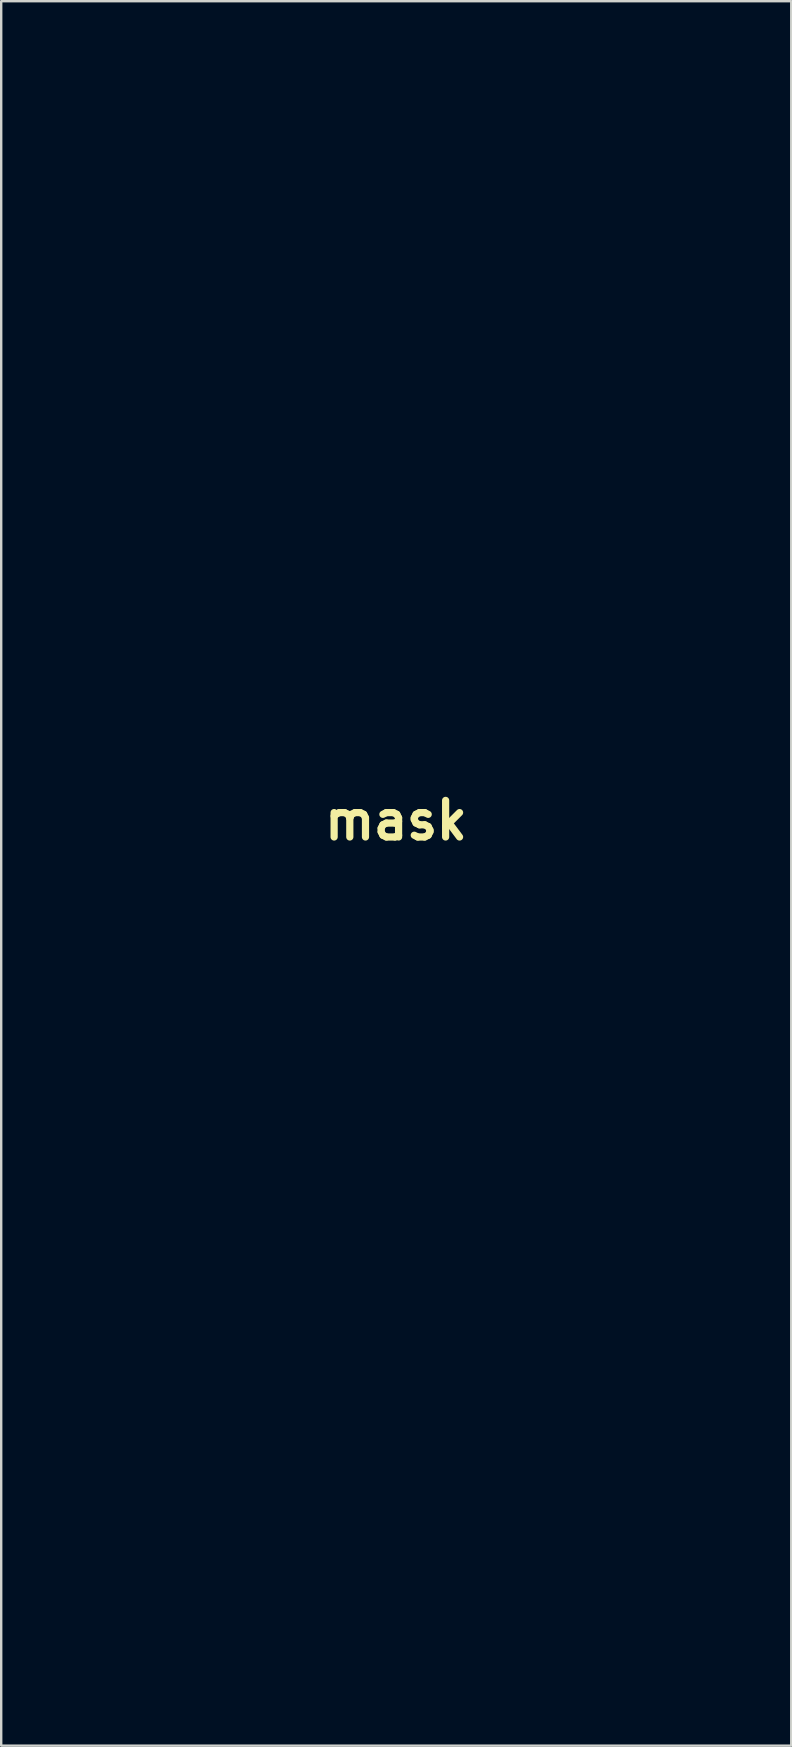
<source format=kicad_pcb>
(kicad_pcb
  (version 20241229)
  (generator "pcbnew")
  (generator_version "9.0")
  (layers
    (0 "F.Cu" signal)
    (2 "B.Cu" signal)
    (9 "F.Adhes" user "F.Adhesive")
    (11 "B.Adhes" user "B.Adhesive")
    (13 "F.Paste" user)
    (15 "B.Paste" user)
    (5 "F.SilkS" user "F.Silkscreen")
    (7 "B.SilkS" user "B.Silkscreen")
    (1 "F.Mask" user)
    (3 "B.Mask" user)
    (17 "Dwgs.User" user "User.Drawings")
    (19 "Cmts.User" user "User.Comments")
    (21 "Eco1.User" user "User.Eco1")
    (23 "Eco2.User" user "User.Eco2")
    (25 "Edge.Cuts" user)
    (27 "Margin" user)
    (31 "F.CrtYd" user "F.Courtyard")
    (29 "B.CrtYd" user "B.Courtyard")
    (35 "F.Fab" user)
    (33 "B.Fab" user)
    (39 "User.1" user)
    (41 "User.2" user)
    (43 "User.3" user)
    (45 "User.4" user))
  (footprint "mask"
    (layer "F.Cu")
    (at 13.446 31.129)
    (property "Reference" "mask" (at 0 0 0) (layer "F.SilkS") (effects (font (size 1.524 1.524) (thickness 0.3))))
    (attr through_hole)
    (fp_poly (pts (xy 8.034 -3.431) (xy 8.173 -3.414) (xy 8.234 -3.401) (xy 8.461 -3.321) (xy 8.672 -3.206) (xy 8.861 -3.06) (xy 9.026 -2.887) (xy 9.161 -2.692) (xy 9.264 -2.479) (xy 9.329 -2.252) (xy 9.333 -2.234) (xy 9.339 -2.18) (xy 9.344 -2.085) (xy 9.348 -1.953) (xy 9.351 -1.786) (xy 9.354 -1.586) (xy 9.355 -1.356) (xy 9.356 -1.107) (xy 9.356 -0.106) (xy 8.659 -0.106) (xy 8.647 -2.17) (xy 8.587 -2.291) (xy 8.493 -2.439) (xy 8.371 -2.562) (xy 8.229 -2.655) (xy 8.071 -2.717) (xy 7.906 -2.743) (xy 7.742 -2.731) (xy 7.566 -2.677) (xy 7.409 -2.586) (xy 7.277 -2.465) (xy 7.174 -2.316) (xy 7.161 -2.291) (xy 7.101 -2.17) (xy 7.089 -0.106) (xy 6.391 -0.106) (xy 6.397 -1.18) (xy 6.403 -2.254) (xy 6.463 -2.424) (xy 6.564 -2.652) (xy 6.7 -2.859) (xy 6.865 -3.041) (xy 7.057 -3.193) (xy 7.27 -3.314) (xy 7.501 -3.398) (xy 7.514 -3.401) (xy 7.636 -3.423) (xy 7.786 -3.435) (xy 7.874 -3.437) (xy 8.034 -3.431)) (stroke (width 0.01) (type solid)) (fill yes) (layer "F.Mask"))
    (fp_poly (pts (xy -3.443 -24.47) (xy -3.249 -24.413) (xy -3.075 -24.32) (xy -2.923 -24.194) (xy -2.798 -24.037) (xy -2.755 -23.963) (xy -2.719 -23.892) (xy -2.691 -23.824) (xy -2.669 -23.752) (xy -2.652 -23.67) (xy -2.64 -23.573) (xy -2.632 -23.456) (xy -2.628 -23.311) (xy -2.625 -23.135) (xy -2.625 -22.982) (xy -2.625 -22.394) (xy -3.323 -22.394) (xy -3.324 -22.961) (xy -3.324 -23.133) (xy -3.325 -23.268) (xy -3.327 -23.372) (xy -3.331 -23.451) (xy -3.336 -23.509) (xy -3.343 -23.552) (xy -3.353 -23.586) (xy -3.365 -23.616) (xy -3.425 -23.704) (xy -3.507 -23.762) (xy -3.602 -23.791) (xy -3.701 -23.79) (xy -3.796 -23.761) (xy -3.878 -23.702) (xy -3.939 -23.614) (xy -3.939 -23.613) (xy -3.951 -23.583) (xy -3.96 -23.549) (xy -3.967 -23.504) (xy -3.972 -23.443) (xy -3.976 -23.362) (xy -3.978 -23.253) (xy -3.979 -23.113) (xy -3.979 -22.961) (xy -3.979 -22.394) (xy -4.678 -22.394) (xy -4.677 -22.971) (xy -4.676 -23.199) (xy -4.671 -23.391) (xy -4.661 -23.55) (xy -4.644 -23.683) (xy -4.62 -23.795) (xy -4.588 -23.891) (xy -4.545 -23.976) (xy -4.491 -24.056) (xy -4.424 -24.136) (xy -4.384 -24.179) (xy -4.234 -24.313) (xy -4.074 -24.407) (xy -3.898 -24.465) (xy -3.701 -24.489) (xy -3.652 -24.49) (xy -3.443 -24.47)) (stroke (width 0.01) (type solid)) (fill yes) (layer "F.Mask"))
    (fp_poly (pts (xy 0.075 -31.122) (xy 0.162 -31.116) (xy 0.23 -31.105) (xy 0.293 -31.086) (xy 0.322 -31.076) (xy 0.499 -30.984) (xy 0.657 -30.858) (xy 0.791 -30.705) (xy 0.894 -30.531) (xy 0.915 -30.483) (xy 0.928 -30.448) (xy 0.939 -30.413) (xy 0.947 -30.373) (xy 0.953 -30.322) (xy 0.958 -30.257) (xy 0.962 -30.171) (xy 0.965 -30.059) (xy 0.967 -29.916) (xy 0.969 -29.738) (xy 0.969 -29.692) (xy 0.976 -29.02) (xy 0.275 -29.02) (xy 0.275 -30.216) (xy 0.222 -30.295) (xy 0.144 -30.379) (xy 0.048 -30.426) (xy -0.047 -30.438) (xy -0.155 -30.418) (xy -0.251 -30.363) (xy -0.311 -30.297) (xy -0.322 -30.276) (xy -0.331 -30.247) (xy -0.339 -30.207) (xy -0.344 -30.15) (xy -0.349 -30.07) (xy -0.353 -29.964) (xy -0.356 -29.825) (xy -0.36 -29.65) (xy -0.36 -29.634) (xy -0.37 -29.03) (xy -0.714 -29.024) (xy -1.058 -29.018) (xy -1.058 -29.652) (xy -1.058 -29.836) (xy -1.057 -29.983) (xy -1.055 -30.098) (xy -1.052 -30.188) (xy -1.048 -30.258) (xy -1.041 -30.314) (xy -1.033 -30.36) (xy -1.022 -30.403) (xy -1.016 -30.424) (xy -0.939 -30.603) (xy -0.827 -30.767) (xy -0.686 -30.909) (xy -0.521 -31.022) (xy -0.409 -31.075) (xy -0.346 -31.098) (xy -0.285 -31.113) (xy -0.213 -31.121) (xy -0.119 -31.124) (xy -0.042 -31.124) (xy 0.075 -31.122)) (stroke (width 0.01) (type solid)) (fill yes) (layer "F.Mask"))
    (fp_poly (pts (xy 3.805 -24.466) (xy 3.985 -24.407) (xy 4.104 -24.343) (xy 4.223 -24.251) (xy 4.337 -24.136) (xy 4.431 -24.013) (xy 4.45 -23.982) (xy 4.484 -23.919) (xy 4.512 -23.861) (xy 4.534 -23.8) (xy 4.551 -23.732) (xy 4.564 -23.651) (xy 4.573 -23.551) (xy 4.579 -23.428) (xy 4.584 -23.274) (xy 4.587 -23.086) (xy 4.588 -23.024) (xy 4.597 -22.394) (xy 3.897 -22.394) (xy 3.891 -22.982) (xy 3.889 -23.155) (xy 3.886 -23.292) (xy 3.884 -23.397) (xy 3.88 -23.475) (xy 3.875 -23.532) (xy 3.868 -23.573) (xy 3.859 -23.603) (xy 3.847 -23.627) (xy 3.838 -23.643) (xy 3.764 -23.726) (xy 3.673 -23.776) (xy 3.572 -23.794) (xy 3.47 -23.78) (xy 3.377 -23.735) (xy 3.3 -23.659) (xy 3.278 -23.622) (xy 3.266 -23.597) (xy 3.257 -23.566) (xy 3.25 -23.526) (xy 3.245 -23.469) (xy 3.242 -23.392) (xy 3.24 -23.289) (xy 3.239 -23.154) (xy 3.239 -22.982) (xy 3.239 -22.394) (xy 2.54 -22.394) (xy 2.54 -22.993) (xy 2.541 -23.211) (xy 2.545 -23.393) (xy 2.553 -23.543) (xy 2.566 -23.667) (xy 2.586 -23.771) (xy 2.612 -23.861) (xy 2.648 -23.941) (xy 2.693 -24.017) (xy 2.749 -24.095) (xy 2.775 -24.128) (xy 2.907 -24.261) (xy 3.064 -24.365) (xy 3.239 -24.439) (xy 3.426 -24.481) (xy 3.617 -24.49) (xy 3.805 -24.466)) (stroke (width 0.01) (type solid)) (fill yes) (layer "F.Mask"))
    (fp_poly (pts (xy 1.901 -27.804) (xy 2.096 -27.759) (xy 2.243 -27.697) (xy 2.353 -27.626) (xy 2.466 -27.529) (xy 2.567 -27.417) (xy 2.645 -27.305) (xy 2.657 -27.283) (xy 2.689 -27.218) (xy 2.714 -27.158) (xy 2.733 -27.097) (xy 2.748 -27.029) (xy 2.758 -26.948) (xy 2.765 -26.849) (xy 2.77 -26.725) (xy 2.772 -26.573) (xy 2.773 -26.384) (xy 2.773 -26.337) (xy 2.773 -25.718) (xy 2.074 -25.718) (xy 2.074 -26.305) (xy 2.074 -26.479) (xy 2.073 -26.616) (xy 2.072 -26.721) (xy 2.069 -26.8) (xy 2.064 -26.857) (xy 2.058 -26.897) (xy 2.049 -26.927) (xy 2.038 -26.951) (xy 2.032 -26.961) (xy 1.959 -27.044) (xy 1.868 -27.095) (xy 1.767 -27.114) (xy 1.664 -27.101) (xy 1.57 -27.056) (xy 1.493 -26.979) (xy 1.482 -26.961) (xy 1.469 -26.938) (xy 1.459 -26.912) (xy 1.452 -26.877) (xy 1.447 -26.829) (xy 1.443 -26.761) (xy 1.441 -26.669) (xy 1.44 -26.547) (xy 1.439 -26.391) (xy 1.439 -26.305) (xy 1.439 -25.718) (xy 0.738 -25.718) (xy 0.745 -26.379) (xy 0.747 -26.565) (xy 0.749 -26.713) (xy 0.752 -26.83) (xy 0.755 -26.92) (xy 0.76 -26.989) (xy 0.766 -27.041) (xy 0.774 -27.083) (xy 0.785 -27.119) (xy 0.798 -27.154) (xy 0.802 -27.164) (xy 0.896 -27.345) (xy 1.019 -27.5) (xy 1.166 -27.625) (xy 1.333 -27.721) (xy 1.514 -27.783) (xy 1.705 -27.812) (xy 1.901 -27.804)) (stroke (width 0.01) (type solid)) (fill yes) (layer "F.Mask"))
    (fp_poly (pts (xy -2.457 -3.426) (xy -2.22 -3.365) (xy -2.021 -3.282) (xy -1.807 -3.154) (xy -1.623 -2.998) (xy -1.47 -2.813) (xy -1.354 -2.614) (xy -1.323 -2.548) (xy -1.296 -2.488) (xy -1.274 -2.431) (xy -1.255 -2.371) (xy -1.241 -2.304) (xy -1.23 -2.227) (xy -1.221 -2.136) (xy -1.215 -2.025) (xy -1.211 -1.892) (xy -1.209 -1.732) (xy -1.207 -1.54) (xy -1.207 -1.313) (xy -1.207 -1.137) (xy -1.206 -0.105) (xy -1.55 -0.111) (xy -1.894 -0.116) (xy -1.916 -2.17) (xy -1.972 -2.29) (xy -2.062 -2.433) (xy -2.184 -2.558) (xy -2.332 -2.656) (xy -2.366 -2.673) (xy -2.448 -2.708) (xy -2.517 -2.728) (xy -2.593 -2.737) (xy -2.677 -2.738) (xy -2.862 -2.718) (xy -3.03 -2.661) (xy -3.176 -2.567) (xy -3.3 -2.438) (xy -3.391 -2.29) (xy -3.461 -2.149) (xy -3.467 -1.128) (xy -3.473 -0.106) (xy -4.172 -0.106) (xy -4.165 -1.169) (xy -4.164 -1.409) (xy -4.162 -1.61) (xy -4.16 -1.777) (xy -4.158 -1.914) (xy -4.156 -2.023) (xy -4.153 -2.11) (xy -4.149 -2.179) (xy -4.144 -2.233) (xy -4.138 -2.275) (xy -4.13 -2.311) (xy -4.121 -2.344) (xy -4.11 -2.378) (xy -4.109 -2.381) (xy -4.033 -2.577) (xy -3.942 -2.745) (xy -3.828 -2.896) (xy -3.736 -2.995) (xy -3.592 -3.127) (xy -3.452 -3.229) (xy -3.304 -3.307) (xy -3.182 -3.355) (xy -2.936 -3.421) (xy -2.695 -3.444) (xy -2.457 -3.426)) (stroke (width 0.01) (type solid)) (fill yes) (layer "F.Mask"))
    (fp_poly (pts (xy 0.289 -8.126) (xy 0.53 -8.045) (xy 0.614 -8.007) (xy 0.712 -7.957) (xy 0.791 -7.909) (xy 0.865 -7.853) (xy 0.945 -7.779) (xy 0.996 -7.728) (xy 1.12 -7.595) (xy 1.215 -7.467) (xy 1.291 -7.332) (xy 1.357 -7.175) (xy 1.371 -7.139) (xy 1.429 -6.974) (xy 1.435 -5.911) (xy 1.442 -4.847) (xy 0.742 -4.847) (xy 0.736 -5.868) (xy 0.73 -6.89) (xy 0.671 -7.011) (xy 0.573 -7.163) (xy 0.446 -7.289) (xy 0.296 -7.385) (xy 0.128 -7.446) (xy 0.016 -7.465) (xy -0.153 -7.46) (xy -0.318 -7.417) (xy -0.471 -7.339) (xy -0.603 -7.231) (xy -0.689 -7.125) (xy -0.719 -7.079) (xy -0.745 -7.036) (xy -0.766 -6.993) (xy -0.783 -6.946) (xy -0.796 -6.89) (xy -0.807 -6.822) (xy -0.814 -6.737) (xy -0.819 -6.632) (xy -0.823 -6.502) (xy -0.824 -6.343) (xy -0.825 -6.152) (xy -0.825 -5.924) (xy -0.826 -5.828) (xy -0.826 -4.847) (xy -1.524 -4.847) (xy -1.524 -5.86) (xy -1.524 -6.095) (xy -1.524 -6.293) (xy -1.523 -6.456) (xy -1.521 -6.589) (xy -1.519 -6.697) (xy -1.516 -6.784) (xy -1.512 -6.852) (xy -1.507 -6.908) (xy -1.5 -6.955) (xy -1.492 -6.997) (xy -1.482 -7.038) (xy -1.482 -7.04) (xy -1.4 -7.279) (xy -1.284 -7.496) (xy -1.134 -7.688) (xy -0.954 -7.853) (xy -0.745 -7.987) (xy -0.666 -8.026) (xy -0.429 -8.115) (xy -0.191 -8.161) (xy 0.049 -8.165) (xy 0.289 -8.126)) (stroke (width 0.01) (type solid)) (fill yes) (layer "F.Mask"))
    (fp_poly (pts (xy -1.706 -27.808) (xy -1.628 -27.795) (xy -1.553 -27.774) (xy -1.36 -27.695) (xy -1.193 -27.582) (xy -1.053 -27.439) (xy -0.944 -27.267) (xy -0.866 -27.069) (xy -0.857 -27.038) (xy -0.847 -26.989) (xy -0.839 -26.926) (xy -0.834 -26.844) (xy -0.829 -26.737) (xy -0.827 -26.601) (xy -0.826 -26.431) (xy -0.826 -26.316) (xy -0.826 -25.718) (xy -1.524 -25.718) (xy -1.524 -26.295) (xy -1.524 -26.481) (xy -1.526 -26.631) (xy -1.53 -26.748) (xy -1.538 -26.839) (xy -1.549 -26.907) (xy -1.566 -26.957) (xy -1.59 -26.996) (xy -1.62 -27.028) (xy -1.659 -27.058) (xy -1.674 -27.069) (xy -1.725 -27.098) (xy -1.778 -27.111) (xy -1.85 -27.111) (xy -1.869 -27.11) (xy -1.946 -27.101) (xy -1.998 -27.082) (xy -2.046 -27.046) (xy -2.066 -27.027) (xy -2.122 -26.955) (xy -2.157 -26.879) (xy -2.16 -26.869) (xy -2.165 -26.825) (xy -2.17 -26.746) (xy -2.174 -26.638) (xy -2.177 -26.509) (xy -2.179 -26.364) (xy -2.18 -26.252) (xy -2.18 -25.718) (xy -2.883 -25.718) (xy -2.874 -26.347) (xy -2.872 -26.529) (xy -2.869 -26.674) (xy -2.866 -26.788) (xy -2.861 -26.877) (xy -2.856 -26.945) (xy -2.849 -26.998) (xy -2.84 -27.043) (xy -2.828 -27.084) (xy -2.818 -27.114) (xy -2.729 -27.309) (xy -2.611 -27.474) (xy -2.461 -27.61) (xy -2.279 -27.719) (xy -2.273 -27.722) (xy -2.19 -27.76) (xy -2.12 -27.783) (xy -2.048 -27.798) (xy -1.956 -27.806) (xy -1.905 -27.808) (xy -1.793 -27.812) (xy -1.706 -27.808)) (stroke (width 0.01) (type solid)) (fill yes) (layer "F.Mask"))
    (fp_poly (pts (xy 5.375 -8.161) (xy 5.609 -8.12) (xy 5.832 -8.042) (xy 6.038 -7.93) (xy 6.224 -7.785) (xy 6.387 -7.611) (xy 6.524 -7.41) (xy 6.63 -7.185) (xy 6.67 -7.069) (xy 6.68 -7.031) (xy 6.689 -6.994) (xy 6.697 -6.954) (xy 6.703 -6.906) (xy 6.708 -6.846) (xy 6.712 -6.771) (xy 6.715 -6.676) (xy 6.718 -6.558) (xy 6.72 -6.411) (xy 6.722 -6.233) (xy 6.724 -6.019) (xy 6.726 -5.879) (xy 6.735 -4.847) (xy 6.032 -4.847) (xy 6.032 -5.741) (xy 6.031 -5.938) (xy 6.03 -6.127) (xy 6.028 -6.302) (xy 6.025 -6.459) (xy 6.021 -6.591) (xy 6.017 -6.694) (xy 6.013 -6.762) (xy 6.011 -6.779) (xy 5.965 -6.96) (xy 5.884 -7.119) (xy 5.77 -7.253) (xy 5.626 -7.359) (xy 5.455 -7.434) (xy 5.43 -7.441) (xy 5.265 -7.468) (xy 5.099 -7.455) (xy 4.94 -7.406) (xy 4.792 -7.324) (xy 4.663 -7.21) (xy 4.557 -7.069) (xy 4.524 -7.009) (xy 4.456 -6.87) (xy 4.449 -5.858) (xy 4.443 -4.847) (xy 3.744 -4.847) (xy 3.751 -5.9) (xy 3.753 -6.139) (xy 3.755 -6.339) (xy 3.756 -6.504) (xy 3.758 -6.64) (xy 3.761 -6.748) (xy 3.764 -6.835) (xy 3.768 -6.903) (xy 3.773 -6.956) (xy 3.779 -6.998) (xy 3.787 -7.034) (xy 3.797 -7.067) (xy 3.807 -7.101) (xy 3.88 -7.29) (xy 3.965 -7.451) (xy 4.073 -7.599) (xy 4.19 -7.726) (xy 4.381 -7.891) (xy 4.585 -8.017) (xy 4.805 -8.104) (xy 5.043 -8.154) (xy 5.13 -8.163) (xy 5.375 -8.161)) (stroke (width 0.01) (type solid)) (fill yes) (layer "F.Mask"))
    (fp_poly (pts (xy -7.786 -3.43) (xy -7.633 -3.406) (xy -7.485 -3.363) (xy -7.324 -3.296) (xy -7.281 -3.275) (xy -7.186 -3.225) (xy -7.103 -3.17) (xy -7.021 -3.103) (xy -6.926 -3.012) (xy -6.919 -3.006) (xy -6.831 -2.915) (xy -6.766 -2.839) (xy -6.714 -2.764) (xy -6.666 -2.677) (xy -6.64 -2.624) (xy -6.605 -2.55) (xy -6.575 -2.482) (xy -6.55 -2.417) (xy -6.53 -2.349) (xy -6.514 -2.275) (xy -6.502 -2.19) (xy -6.492 -2.09) (xy -6.486 -1.971) (xy -6.481 -1.828) (xy -6.479 -1.658) (xy -6.477 -1.455) (xy -6.477 -1.217) (xy -6.477 -1.102) (xy -6.477 -0.106) (xy -7.174 -0.106) (xy -7.18 -1.127) (xy -7.186 -2.148) (xy -7.243 -2.269) (xy -7.336 -2.425) (xy -7.453 -2.55) (xy -7.587 -2.643) (xy -7.734 -2.706) (xy -7.889 -2.737) (xy -8.046 -2.737) (xy -8.2 -2.706) (xy -8.346 -2.642) (xy -8.479 -2.548) (xy -8.594 -2.421) (xy -8.669 -2.295) (xy -8.731 -2.17) (xy -8.742 -1.143) (xy -8.752 -0.116) (xy -9.097 -0.111) (xy -9.442 -0.105) (xy -9.435 -1.19) (xy -9.434 -1.432) (xy -9.432 -1.636) (xy -9.431 -1.805) (xy -9.429 -1.944) (xy -9.426 -2.055) (xy -9.423 -2.144) (xy -9.42 -2.213) (xy -9.415 -2.267) (xy -9.409 -2.309) (xy -9.402 -2.344) (xy -9.393 -2.375) (xy -9.382 -2.406) (xy -9.38 -2.413) (xy -9.304 -2.596) (xy -9.209 -2.758) (xy -9.089 -2.911) (xy -8.998 -3.008) (xy -8.81 -3.171) (xy -8.612 -3.294) (xy -8.399 -3.378) (xy -8.169 -3.425) (xy -7.959 -3.437) (xy -7.786 -3.43)) (stroke (width 0.01) (type solid)) (fill yes) (layer "F.Mask"))
    (fp_poly (pts (xy 0.068 -24.479) (xy 0.148 -24.476) (xy 0.208 -24.469) (xy 0.26 -24.456) (xy 0.315 -24.434) (xy 0.384 -24.402) (xy 0.388 -24.4) (xy 0.543 -24.308) (xy 0.683 -24.189) (xy 0.799 -24.054) (xy 0.851 -23.97) (xy 0.885 -23.904) (xy 0.911 -23.841) (xy 0.932 -23.775) (xy 0.948 -23.7) (xy 0.959 -23.611) (xy 0.967 -23.501) (xy 0.971 -23.367) (xy 0.973 -23.201) (xy 0.974 -23.004) (xy 0.974 -22.394) (xy 0.275 -22.394) (xy 0.275 -22.982) (xy 0.275 -23.156) (xy 0.274 -23.293) (xy 0.272 -23.398) (xy 0.27 -23.477) (xy 0.265 -23.533) (xy 0.259 -23.574) (xy 0.25 -23.604) (xy 0.239 -23.628) (xy 0.233 -23.638) (xy 0.162 -23.723) (xy 0.073 -23.772) (xy -0.038 -23.787) (xy -0.069 -23.786) (xy -0.153 -23.775) (xy -0.212 -23.752) (xy -0.245 -23.727) (xy -0.278 -23.695) (xy -0.303 -23.664) (xy -0.323 -23.629) (xy -0.338 -23.585) (xy -0.348 -23.525) (xy -0.354 -23.446) (xy -0.358 -23.342) (xy -0.359 -23.207) (xy -0.36 -23.037) (xy -0.36 -22.977) (xy -0.36 -22.394) (xy -1.058 -22.394) (xy -1.058 -23.013) (xy -1.058 -23.211) (xy -1.056 -23.373) (xy -1.052 -23.503) (xy -1.045 -23.608) (xy -1.035 -23.694) (xy -1.021 -23.765) (xy -1.001 -23.829) (xy -0.976 -23.89) (xy -0.945 -23.954) (xy -0.931 -23.979) (xy -0.828 -24.13) (xy -0.69 -24.264) (xy -0.524 -24.374) (xy -0.471 -24.401) (xy -0.402 -24.433) (xy -0.347 -24.455) (xy -0.295 -24.469) (xy -0.235 -24.476) (xy -0.156 -24.479) (xy -0.046 -24.479) (xy -0.042 -24.479) (xy 0.068 -24.479)) (stroke (width 0.01) (type solid)) (fill yes) (layer "F.Mask"))
    (fp_poly (pts (xy 2.655 -3.435) (xy 2.798 -3.426) (xy 2.921 -3.409) (xy 2.963 -3.399) (xy 3.191 -3.318) (xy 3.403 -3.202) (xy 3.594 -3.054) (xy 3.758 -2.88) (xy 3.89 -2.684) (xy 3.926 -2.614) (xy 3.958 -2.548) (xy 3.984 -2.49) (xy 4.006 -2.435) (xy 4.024 -2.379) (xy 4.039 -2.317) (xy 4.05 -2.246) (xy 4.059 -2.161) (xy 4.065 -2.059) (xy 4.07 -1.935) (xy 4.073 -1.785) (xy 4.076 -1.604) (xy 4.078 -1.39) (xy 4.08 -1.159) (xy 4.088 -0.106) (xy 3.389 -0.106) (xy 3.382 -1.117) (xy 3.376 -2.127) (xy 3.325 -2.254) (xy 3.243 -2.403) (xy 3.128 -2.531) (xy 2.987 -2.634) (xy 2.826 -2.706) (xy 2.661 -2.743) (xy 2.499 -2.742) (xy 2.34 -2.702) (xy 2.191 -2.629) (xy 2.057 -2.525) (xy 1.946 -2.396) (xy 1.896 -2.311) (xy 1.874 -2.264) (xy 1.856 -2.216) (xy 1.841 -2.162) (xy 1.828 -2.099) (xy 1.819 -2.022) (xy 1.812 -1.927) (xy 1.806 -1.81) (xy 1.803 -1.667) (xy 1.801 -1.494) (xy 1.799 -1.287) (xy 1.799 -1.042) (xy 1.799 -0.106) (xy 1.46 -0.106) (xy 1.328 -0.107) (xy 1.233 -0.109) (xy 1.169 -0.113) (xy 1.131 -0.121) (xy 1.112 -0.131) (xy 1.109 -0.136) (xy 1.107 -0.163) (xy 1.105 -0.227) (xy 1.104 -0.326) (xy 1.103 -0.454) (xy 1.103 -0.607) (xy 1.103 -0.782) (xy 1.104 -0.973) (xy 1.106 -1.176) (xy 1.106 -1.178) (xy 1.108 -1.424) (xy 1.11 -1.631) (xy 1.113 -1.805) (xy 1.117 -1.949) (xy 1.122 -2.068) (xy 1.129 -2.166) (xy 1.139 -2.248) (xy 1.151 -2.317) (xy 1.167 -2.378) (xy 1.187 -2.435) (xy 1.21 -2.493) (xy 1.239 -2.556) (xy 1.26 -2.599) (xy 1.373 -2.797) (xy 1.517 -2.978) (xy 1.649 -3.104) (xy 1.747 -3.174) (xy 1.872 -3.247) (xy 2.009 -3.315) (xy 2.143 -3.372) (xy 2.262 -3.409) (xy 2.265 -3.41) (xy 2.374 -3.427) (xy 2.509 -3.436) (xy 2.655 -3.435)) (stroke (width 0.01) (type solid)) (fill yes) (layer "F.Mask"))
    (fp_poly (pts (xy -5.201 -8.155) (xy -5.108 -8.151) (xy -5.034 -8.142) (xy -4.965 -8.127) (xy -4.889 -8.104) (xy -4.886 -8.103) (xy -4.668 -8.014) (xy -4.476 -7.899) (xy -4.301 -7.752) (xy -4.276 -7.727) (xy -4.141 -7.577) (xy -4.039 -7.429) (xy -3.96 -7.271) (xy -3.926 -7.183) (xy -3.905 -7.118) (xy -3.887 -7.055) (xy -3.872 -6.989) (xy -3.86 -6.916) (xy -3.851 -6.832) (xy -3.844 -6.731) (xy -3.839 -6.611) (xy -3.835 -6.466) (xy -3.833 -6.292) (xy -3.832 -6.086) (xy -3.831 -5.842) (xy -3.831 -5.805) (xy -3.831 -4.847) (xy -4.528 -4.847) (xy -4.534 -5.847) (xy -4.535 -6.079) (xy -4.537 -6.272) (xy -4.539 -6.431) (xy -4.54 -6.56) (xy -4.543 -6.662) (xy -4.546 -6.742) (xy -4.55 -6.804) (xy -4.556 -6.851) (xy -4.562 -6.888) (xy -4.57 -6.918) (xy -4.58 -6.946) (xy -4.589 -6.969) (xy -4.666 -7.109) (xy -4.776 -7.238) (xy -4.908 -7.344) (xy -4.991 -7.392) (xy -5.065 -7.426) (xy -5.125 -7.447) (xy -5.188 -7.457) (xy -5.27 -7.461) (xy -5.323 -7.461) (xy -5.425 -7.459) (xy -5.5 -7.451) (xy -5.564 -7.434) (xy -5.632 -7.405) (xy -5.635 -7.404) (xy -5.79 -7.31) (xy -5.919 -7.186) (xy -6.019 -7.037) (xy -6.084 -6.872) (xy -6.096 -6.818) (xy -6.101 -6.77) (xy -6.105 -6.684) (xy -6.109 -6.564) (xy -6.112 -6.415) (xy -6.115 -6.24) (xy -6.116 -6.044) (xy -6.117 -5.831) (xy -6.117 -5.776) (xy -6.117 -4.847) (xy -6.819 -4.847) (xy -6.81 -5.879) (xy -6.808 -6.129) (xy -6.806 -6.341) (xy -6.803 -6.519) (xy -6.799 -6.667) (xy -6.794 -6.79) (xy -6.787 -6.891) (xy -6.777 -6.974) (xy -6.765 -7.045) (xy -6.751 -7.106) (xy -6.732 -7.162) (xy -6.71 -7.218) (xy -6.683 -7.276) (xy -6.667 -7.311) (xy -6.542 -7.528) (xy -6.384 -7.719) (xy -6.198 -7.88) (xy -5.985 -8.011) (xy -5.768 -8.1) (xy -5.69 -8.125) (xy -5.62 -8.141) (xy -5.546 -8.15) (xy -5.457 -8.155) (xy -5.339 -8.156) (xy -5.323 -8.156) (xy -5.201 -8.155)) (stroke (width 0.01) (type solid)) (fill yes) (layer "F.Mask"))
    (fp_poly (pts (xy 13.462 35.539) (xy -13.441 35.539) (xy -13.441 22.023) (xy -13.173 22.023) (xy -13.173 22.813) (xy -13.173 23.598) (xy -13.172 24.374) (xy -13.172 25.137) (xy -13.172 25.881) (xy -13.172 26.602) (xy -13.171 27.295) (xy -13.171 27.956) (xy -13.17 28.579) (xy -13.17 28.623) (xy -13.164 35.2) (xy -6.704 35.205) (xy -6.231 35.206) (xy -5.74 35.206) (xy -5.23 35.206) (xy -4.703 35.207) (xy -4.162 35.207) (xy -3.607 35.207) (xy -3.039 35.207) (xy -2.461 35.207) (xy -1.874 35.207) (xy -1.279 35.207) (xy -0.678 35.207) (xy -0.071 35.207) (xy 0.538 35.207) (xy 1.15 35.207) (xy 1.762 35.207) (xy 2.373 35.207) (xy 2.982 35.206) (xy 3.586 35.206) (xy 4.186 35.206) (xy 4.778 35.206) (xy 5.362 35.205) (xy 5.936 35.205) (xy 6.499 35.205) (xy 7.049 35.204) (xy 7.585 35.204) (xy 8.106 35.204) (xy 8.609 35.203) (xy 9.094 35.203) (xy 9.558 35.202) (xy 10.001 35.202) (xy 10.421 35.201) (xy 10.817 35.201) (xy 11.187 35.2) (xy 11.529 35.199) (xy 11.842 35.199) (xy 12.126 35.198) (xy 12.377 35.198) (xy 12.595 35.197) (xy 12.779 35.196) (xy 12.926 35.196) (xy 13.035 35.195) (xy 13.106 35.195) (xy 13.136 35.194) (xy 13.137 35.194) (xy 13.137 35.172) (xy 13.138 35.11) (xy 13.138 35.007) (xy 13.139 34.866) (xy 13.139 34.688) (xy 13.139 34.473) (xy 13.14 34.224) (xy 13.14 33.94) (xy 13.141 33.625) (xy 13.141 33.278) (xy 13.142 32.901) (xy 13.142 32.495) (xy 13.142 32.061) (xy 13.143 31.602) (xy 13.143 31.117) (xy 13.143 30.608) (xy 13.144 30.077) (xy 13.144 29.524) (xy 13.144 28.951) (xy 13.144 28.36) (xy 13.145 27.75) (xy 13.145 27.124) (xy 13.145 26.483) (xy 13.145 25.828) (xy 13.146 25.16) (xy 13.146 24.48) (xy 13.146 23.79) (xy 13.146 23.092) (xy 13.146 22.385) (xy 13.146 21.671) (xy 13.146 20.953) (xy 13.146 20.23) (xy 13.146 19.504) (xy 13.146 18.776) (xy 13.146 18.048) (xy 13.146 17.321) (xy 13.146 16.596) (xy 13.146 15.874) (xy 13.146 15.309) (xy 13.145 8.932) (xy -13.164 8.932) (xy -13.17 15.489) (xy -13.171 16.108) (xy -13.171 16.764) (xy -13.172 17.454) (xy -13.172 18.172) (xy -13.172 18.914) (xy -13.172 19.674) (xy -13.173 20.449) (xy -13.173 21.234) (xy -13.173 22.023) (xy -13.441 22.023) (xy -13.441 8.636) (xy 13.462 8.636) (xy 13.462 35.539)) (stroke (width 0.01) (type solid)) (fill yes) (layer "F.Mask"))
    (fp_poly (pts (xy 0.134 9.194) (xy 0.391 9.196) (xy 0.638 9.2) (xy 0.869 9.206) (xy 1.077 9.214) (xy 1.256 9.224) (xy 1.397 9.235) (xy 2.105 9.323) (xy 2.785 9.441) (xy 3.443 9.59) (xy 4.082 9.771) (xy 4.708 9.985) (xy 5.324 10.234) (xy 5.934 10.518) (xy 6.022 10.562) (xy 6.66 10.908) (xy 7.273 11.287) (xy 7.859 11.698) (xy 8.417 12.138) (xy 8.946 12.607) (xy 9.446 13.104) (xy 9.916 13.627) (xy 10.355 14.175) (xy 10.762 14.747) (xy 11.136 15.341) (xy 11.477 15.957) (xy 11.783 16.592) (xy 12.054 17.245) (xy 12.29 17.916) (xy 12.488 18.602) (xy 12.649 19.303) (xy 12.771 20.018) (xy 12.854 20.745) (xy 12.887 21.241) (xy 12.894 21.437) (xy 12.899 21.659) (xy 12.901 21.899) (xy 12.901 22.15) (xy 12.899 22.403) (xy 12.894 22.651) (xy 12.887 22.885) (xy 12.878 23.098) (xy 12.868 23.282) (xy 12.86 23.379) (xy 12.773 24.119) (xy 12.646 24.847) (xy 12.481 25.561) (xy 12.277 26.259) (xy 12.036 26.941) (xy 11.757 27.605) (xy 11.441 28.25) (xy 11.09 28.875) (xy 10.702 29.479) (xy 10.28 30.061) (xy 9.823 30.62) (xy 9.331 31.154) (xy 9.226 31.261) (xy 8.697 31.761) (xy 8.144 32.227) (xy 7.568 32.658) (xy 6.969 33.053) (xy 6.35 33.413) (xy 5.71 33.736) (xy 5.051 34.023) (xy 4.374 34.272) (xy 3.68 34.484) (xy 2.969 34.657) (xy 2.243 34.792) (xy 1.504 34.888) (xy 1.215 34.914) (xy 1.094 34.922) (xy 0.936 34.929) (xy 0.75 34.934) (xy 0.542 34.938) (xy 0.318 34.941) (xy 0.086 34.943) (xy -0.149 34.944) (xy -0.379 34.943) (xy -0.598 34.941) (xy -0.799 34.938) (xy -0.975 34.933) (xy -1.12 34.927) (xy -1.196 34.923) (xy -1.927 34.847) (xy -2.647 34.732) (xy -3.354 34.578) (xy -4.047 34.386) (xy -4.724 34.156) (xy -5.385 33.891) (xy -6.027 33.589) (xy -6.65 33.253) (xy -7.252 32.883) (xy -7.832 32.479) (xy -8.389 32.044) (xy -8.92 31.577) (xy -9.425 31.079) (xy -9.903 30.552) (xy -10.352 29.996) (xy -10.77 29.412) (xy -11.156 28.8) (xy -11.196 28.734) (xy -11.542 28.099) (xy -11.851 27.445) (xy -12.122 26.773) (xy -12.354 26.084) (xy -12.548 25.378) (xy -12.704 24.655) (xy -12.82 23.916) (xy -12.892 23.241) (xy -12.9 23.117) (xy -12.907 22.959) (xy -12.912 22.772) (xy -12.917 22.566) (xy -12.92 22.347) (xy -12.922 22.154) (xy -12.676 22.154) (xy -12.675 22.418) (xy -12.67 22.658) (xy -12.661 22.884) (xy -12.647 23.106) (xy -12.627 23.332) (xy -12.603 23.558) (xy -12.5 24.268) (xy -12.357 24.972) (xy -12.174 25.667) (xy -11.951 26.352) (xy -11.689 27.023) (xy -11.391 27.678) (xy -11.055 28.316) (xy -10.685 28.933) (xy -10.279 29.527) (xy -10.177 29.666) (xy -9.718 30.245) (xy -9.23 30.795) (xy -8.715 31.312) (xy -8.172 31.798) (xy -7.603 32.251) (xy -7.008 32.67) (xy -6.389 33.055) (xy -5.746 33.405) (xy -5.715 33.421) (xy -5.08 33.721) (xy -4.437 33.982) (xy -3.785 34.206) (xy -3.119 34.393) (xy -2.437 34.545) (xy -1.736 34.66) (xy -1.013 34.742) (xy -0.741 34.764) (xy -0.651 34.768) (xy -0.525 34.77) (xy -0.37 34.771) (xy -0.193 34.77) (xy -0.002 34.768) (xy 0.198 34.765) (xy 0.4 34.76) (xy 0.597 34.755) (xy 0.782 34.749) (xy 0.948 34.743) (xy 1.089 34.735) (xy 1.198 34.728) (xy 1.228 34.725) (xy 1.933 34.635) (xy 2.615 34.514) (xy 3.277 34.358) (xy 3.924 34.167) (xy 4.561 33.94) (xy 5.194 33.676) (xy 5.641 33.465) (xy 6.277 33.127) (xy 6.892 32.755) (xy 7.483 32.349) (xy 8.049 31.91) (xy 8.59 31.441) (xy 9.102 30.943) (xy 9.586 30.418) (xy 10.04 29.867) (xy 10.462 29.291) (xy 10.852 28.692) (xy 11.207 28.072) (xy 11.526 27.432) (xy 11.809 26.774) (xy 12.012 26.221) (xy 12.178 25.703) (xy 12.319 25.193) (xy 12.437 24.683) (xy 12.533 24.162) (xy 12.61 23.619) (xy 12.661 23.146) (xy 12.67 23.023) (xy 12.677 22.865) (xy 12.683 22.68) (xy 12.687 22.474) (xy 12.689 22.256) (xy 12.689 22.032) (xy 12.688 21.81) (xy 12.685 21.597) (xy 12.68 21.4) (xy 12.674 21.228) (xy 12.666 21.086) (xy 12.661 21.029) (xy 12.647 20.89) (xy 12.63 20.729) (xy 12.611 20.565) (xy 12.593 20.419) (xy 12.592 20.415) (xy 12.478 19.702) (xy 12.325 19.003) (xy 12.133 18.317) (xy 11.904 17.647) (xy 11.639 16.993) (xy 11.338 16.357) (xy 11.004 15.741) (xy 10.637 15.145) (xy 10.239 14.571) (xy 9.81 14.021) (xy 9.352 13.494) (xy 8.865 12.993) (xy 8.352 12.52) (xy 7.813 12.074) (xy 7.249 11.658) (xy 6.661 11.273) (xy 6.051 10.92) (xy 5.42 10.6) (xy 4.768 10.314) (xy 4.098 10.065) (xy 3.409 9.853) (xy 3.096 9.77) (xy 2.544 9.645) (xy 2.001 9.546) (xy 1.457 9.474) (xy 0.905 9.427) (xy 0.334 9.404) (xy -0.233 9.405) (xy -0.704 9.419) (xy -1.146 9.447) (xy -1.569 9.488) (xy -1.985 9.546) (xy -2.405 9.621) (xy -2.84 9.714) (xy -3.121 9.782) (xy -3.793 9.972) (xy -4.46 10.202) (xy -5.117 10.471) (xy -5.762 10.778) (xy -6.389 11.12) (xy -6.974 11.482) (xy -7.551 11.885) (xy -8.108 12.325) (xy -8.642 12.797) (xy -9.151 13.299) (xy -9.632 13.827) (xy -10.081 14.38) (xy -10.496 14.953) (xy -10.713 15.284) (xy -11.073 15.889) (xy -11.4 16.515) (xy -11.692 17.158) (xy -11.948 17.813) (xy -12.166 18.476) (xy -12.344 19.143) (xy -12.411 19.445) (xy -12.481 19.8) (xy -12.539 20.132) (xy -12.584 20.453) (xy -12.619 20.771) (xy -12.645 21.099) (xy -12.662 21.446) (xy -12.672 21.823) (xy -12.673 21.857) (xy -12.676 22.154) (xy -12.922 22.154) (xy -12.922 22.122) (xy -12.923 21.9) (xy -12.922 21.687) (xy -12.919 21.49) (xy -12.915 21.318) (xy -12.909 21.177) (xy -12.85 20.446) (xy -12.75 19.726) (xy -12.611 19.017) (xy -12.434 18.322) (xy -12.22 17.641) (xy -11.968 16.975) (xy -11.681 16.328) (xy -11.359 15.699) (xy -11.003 15.09) (xy -10.614 14.502) (xy -10.192 13.938) (xy -9.739 13.398) (xy -9.255 12.883) (xy -8.741 12.396) (xy -8.198 11.937) (xy -7.626 11.507) (xy -7.028 11.109) (xy -6.72 10.924) (xy -6.095 10.581) (xy -5.455 10.277) (xy -4.798 10.009) (xy -4.123 9.779) (xy -3.428 9.585) (xy -2.714 9.427) (xy -1.977 9.305) (xy -1.397 9.235) (xy -1.253 9.223) (xy -1.072 9.214) (xy -0.863 9.206) (xy -0.632 9.2) (xy -0.384 9.196) (xy -0.127 9.194) (xy 0.134 9.194)) (stroke (width 0.01) (type solid)) (fill yes) (layer "F.Mask"))
    (fp_poly (pts (xy -4.308 -20.012) (xy -4.046 -19.969) (xy -3.814 -19.897) (xy -3.642 -19.822) (xy -3.491 -19.737) (xy -3.349 -19.633) (xy -3.202 -19.502) (xy -3.173 -19.473) (xy -2.97 -19.272) (xy -2.887 -19.375) (xy -2.744 -19.526) (xy -2.567 -19.666) (xy -2.364 -19.79) (xy -2.145 -19.893) (xy -1.976 -19.952) (xy -1.892 -19.976) (xy -1.819 -19.992) (xy -1.743 -20.002) (xy -1.653 -20.007) (xy -1.537 -20.009) (xy -1.492 -20.009) (xy -1.355 -20.008) (xy -1.249 -20.003) (xy -1.16 -19.993) (xy -1.078 -19.976) (xy -1.027 -19.963) (xy -0.76 -19.87) (xy -0.517 -19.742) (xy -0.294 -19.578) (xy -0.135 -19.424) (xy 0.013 -19.267) (xy 0.104 -19.375) (xy 0.286 -19.56) (xy 0.499 -19.719) (xy 0.739 -19.85) (xy 1 -19.949) (xy 1.007 -19.952) (xy 1.091 -19.975) (xy 1.164 -19.992) (xy 1.24 -20.002) (xy 1.329 -20.007) (xy 1.444 -20.009) (xy 1.492 -20.009) (xy 1.68 -20.004) (xy 1.84 -19.988) (xy 1.988 -19.956) (xy 2.136 -19.905) (xy 2.299 -19.833) (xy 2.349 -19.808) (xy 2.447 -19.758) (xy 2.525 -19.712) (xy 2.595 -19.661) (xy 2.668 -19.598) (xy 2.756 -19.515) (xy 2.786 -19.485) (xy 3.001 -19.272) (xy 3.136 -19.419) (xy 3.341 -19.612) (xy 3.57 -19.771) (xy 3.821 -19.893) (xy 4.032 -19.963) (xy 4.117 -19.984) (xy 4.201 -19.997) (xy 4.295 -20.005) (xy 4.413 -20.009) (xy 4.498 -20.009) (xy 4.625 -20.008) (xy 4.722 -20.004) (xy 4.801 -19.996) (xy 4.874 -19.982) (xy 4.953 -19.961) (xy 4.981 -19.952) (xy 5.241 -19.854) (xy 5.481 -19.724) (xy 5.698 -19.565) (xy 5.886 -19.382) (xy 6.044 -19.176) (xy 6.167 -18.951) (xy 6.203 -18.862) (xy 6.218 -18.824) (xy 6.231 -18.79) (xy 6.243 -18.759) (xy 6.254 -18.728) (xy 6.264 -18.696) (xy 6.273 -18.66) (xy 6.281 -18.618) (xy 6.287 -18.569) (xy 6.293 -18.51) (xy 6.299 -18.44) (xy 6.303 -18.356) (xy 6.307 -18.256) (xy 6.31 -18.139) (xy 6.313 -18.002) (xy 6.315 -17.843) (xy 6.317 -17.66) (xy 6.318 -17.452) (xy 6.319 -17.216) (xy 6.32 -16.951) (xy 6.321 -16.654) (xy 6.322 -16.323) (xy 6.322 -15.956) (xy 6.323 -15.552) (xy 6.324 -15.107) (xy 6.324 -14.97) (xy 6.33 -11.43) (xy 6.943 -11.43) (xy 6.943 -10.732) (xy -6.943 -10.732) (xy -6.943 -11.43) (xy -6.308 -11.43) (xy -6.308 -14.899) (xy -5.609 -14.899) (xy -5.609 -11.43) (xy -4.471 -11.435) (xy -3.334 -11.441) (xy -3.334 -16.1) (xy -2.625 -16.1) (xy -2.625 -15.719) (xy -2.625 -15.299) (xy -2.625 -14.886) (xy -2.625 -11.43) (xy -0.339 -11.43) (xy -0.339 -14.864) (xy -0.339 -14.876) (xy 0.36 -14.876) (xy 0.36 -11.43) (xy 2.646 -11.43) (xy 3.344 -11.43) (xy 5.63 -11.43) (xy 5.63 -14.886) (xy 5.63 -15.342) (xy 5.63 -15.758) (xy 5.63 -16.136) (xy 5.63 -16.477) (xy 5.63 -16.783) (xy 5.629 -17.057) (xy 5.629 -17.301) (xy 5.627 -17.517) (xy 5.626 -17.705) (xy 5.623 -17.87) (xy 5.62 -18.012) (xy 5.617 -18.133) (xy 5.613 -18.236) (xy 5.608 -18.323) (xy 5.602 -18.394) (xy 5.595 -18.454) (xy 5.587 -18.502) (xy 5.579 -18.543) (xy 5.569 -18.576) (xy 5.558 -18.605) (xy 5.545 -18.631) (xy 5.532 -18.657) (xy 5.517 -18.684) (xy 5.502 -18.711) (xy 5.384 -18.889) (xy 5.235 -19.041) (xy 5.061 -19.164) (xy 4.867 -19.255) (xy 4.66 -19.309) (xy 4.585 -19.318) (xy 4.382 -19.317) (xy 4.181 -19.276) (xy 3.99 -19.2) (xy 3.814 -19.093) (xy 3.659 -18.956) (xy 3.532 -18.795) (xy 3.486 -18.716) (xy 3.468 -18.683) (xy 3.452 -18.653) (xy 3.437 -18.625) (xy 3.423 -18.596) (xy 3.411 -18.565) (xy 3.401 -18.529) (xy 3.391 -18.487) (xy 3.383 -18.436) (xy 3.375 -18.375) (xy 3.369 -18.302) (xy 3.364 -18.214) (xy 3.359 -18.109) (xy 3.355 -17.986) (xy 3.352 -17.843) (xy 3.35 -17.677) (xy 3.348 -17.487) (xy 3.347 -17.27) (xy 3.346 -17.025) (xy 3.345 -16.749) (xy 3.345 -16.441) (xy 3.345 -16.099) (xy 3.345 -15.72) (xy 3.345 -15.303) (xy 3.345 -14.864) (xy 3.344 -11.43) (xy 2.646 -11.43) (xy 2.641 -14.928) (xy 2.635 -18.426) (xy 2.58 -18.566) (xy 2.483 -18.763) (xy 2.356 -18.934) (xy 2.203 -19.076) (xy 2.031 -19.188) (xy 1.842 -19.266) (xy 1.642 -19.31) (xy 1.434 -19.317) (xy 1.224 -19.285) (xy 1.134 -19.259) (xy 0.95 -19.176) (xy 0.781 -19.058) (xy 0.634 -18.913) (xy 0.513 -18.745) (xy 0.425 -18.562) (xy 0.383 -18.419) (xy 0.38 -18.387) (xy 0.377 -18.325) (xy 0.374 -18.232) (xy 0.371 -18.106) (xy 0.369 -17.947) (xy 0.367 -17.754) (xy 0.365 -17.527) (xy 0.364 -17.263) (xy 0.363 -16.962) (xy 0.362 -16.624) (xy 0.361 -16.247) (xy 0.36 -15.831) (xy 0.36 -15.374) (xy 0.36 -14.876) (xy -0.339 -14.876) (xy -0.339 -15.32) (xy -0.339 -15.736) (xy -0.339 -16.113) (xy -0.339 -16.454) (xy -0.34 -16.761) (xy -0.34 -17.035) (xy -0.341 -17.279) (xy -0.342 -17.495) (xy -0.344 -17.684) (xy -0.347 -17.849) (xy -0.35 -17.992) (xy -0.354 -18.114) (xy -0.358 -18.218) (xy -0.364 -18.305) (xy -0.37 -18.378) (xy -0.377 -18.439) (xy -0.386 -18.489) (xy -0.395 -18.531) (xy -0.406 -18.566) (xy -0.418 -18.597) (xy -0.432 -18.626) (xy -0.447 -18.654) (xy -0.463 -18.684) (xy -0.48 -18.716) (xy -0.593 -18.888) (xy -0.737 -19.036) (xy -0.904 -19.156) (xy -1.089 -19.247) (xy -1.286 -19.303) (xy -1.489 -19.323) (xy -1.579 -19.318) (xy -1.79 -19.278) (xy -1.989 -19.2) (xy -2.171 -19.088) (xy -2.329 -18.945) (xy -2.459 -18.776) (xy -2.496 -18.711) (xy -2.513 -18.681) (xy -2.527 -18.654) (xy -2.541 -18.629) (xy -2.553 -18.602) (xy -2.564 -18.573) (xy -2.574 -18.539) (xy -2.583 -18.498) (xy -2.59 -18.448) (xy -2.597 -18.388) (xy -2.603 -18.315) (xy -2.608 -18.227) (xy -2.612 -18.122) (xy -2.615 -17.999) (xy -2.618 -17.855) (xy -2.62 -17.688) (xy -2.622 -17.496) (xy -2.623 -17.278) (xy -2.624 -17.032) (xy -2.624 -16.754) (xy -2.625 -16.444) (xy -2.625 -16.1) (xy -3.334 -16.1) (xy -3.334 -18.383) (xy -3.383 -18.525) (xy -3.472 -18.722) (xy -3.594 -18.898) (xy -3.743 -19.048) (xy -3.916 -19.169) (xy -4.106 -19.258) (xy -4.31 -19.311) (xy -4.488 -19.325) (xy -4.591 -19.316) (xy -4.715 -19.291) (xy -4.843 -19.255) (xy -4.959 -19.213) (xy -5.02 -19.184) (xy -5.178 -19.075) (xy -5.322 -18.935) (xy -5.443 -18.77) (xy -5.536 -18.591) (xy -5.568 -18.503) (xy -5.573 -18.484) (xy -5.578 -18.465) (xy -5.582 -18.442) (xy -5.586 -18.414) (xy -5.59 -18.378) (xy -5.593 -18.333) (xy -5.596 -18.277) (xy -5.598 -18.207) (xy -5.6 -18.122) (xy -5.602 -18.02) (xy -5.604 -17.899) (xy -5.605 -17.756) (xy -5.606 -17.59) (xy -5.607 -17.399) (xy -5.608 -17.181) (xy -5.608 -16.934) (xy -5.609 -16.656) (xy -5.609 -16.344) (xy -5.609 -15.997) (xy -5.609 -15.613) (xy -5.609 -15.191) (xy -5.609 -14.899) (xy -6.308 -14.899) (xy -6.308 -18.431) (xy -6.256 -18.634) (xy -6.17 -18.892) (xy -6.05 -19.128) (xy -5.9 -19.34) (xy -5.724 -19.527) (xy -5.524 -19.687) (xy -5.305 -19.818) (xy -5.071 -19.918) (xy -4.824 -19.985) (xy -4.568 -20.017) (xy -4.308 -20.012)) (stroke (width 0.01) (type solid)) (fill yes) (layer "F.Mask"))
    (fp_poly (pts (xy -6.095 9.233) (xy -5.665 9.234) (xy -5.274 9.234) (xy -4.92 9.235) (xy -4.604 9.236) (xy -4.328 9.237) (xy -4.091 9.239) (xy -3.895 9.24) (xy -3.738 9.242) (xy -3.622 9.244) (xy -3.548 9.246) (xy -3.515 9.249) (xy -3.514 9.25) (xy -3.542 9.262) (xy -3.605 9.286) (xy -3.695 9.318) (xy -3.808 9.357) (xy -3.935 9.4) (xy -4 9.422) (xy -4.334 9.534) (xy -4.633 9.638) (xy -4.905 9.737) (xy -5.155 9.834) (xy -5.391 9.931) (xy -5.62 10.03) (xy -5.848 10.135) (xy -6.082 10.248) (xy -6.16 10.287) (xy -6.805 10.634) (xy -7.426 11.015) (xy -8.024 11.43) (xy -8.595 11.878) (xy -9.14 12.358) (xy -9.657 12.868) (xy -10.145 13.408) (xy -10.602 13.976) (xy -11.028 14.571) (xy -11.366 15.101) (xy -11.556 15.427) (xy -11.734 15.754) (xy -11.902 16.088) (xy -12.063 16.435) (xy -12.218 16.8) (xy -12.372 17.191) (xy -12.527 17.612) (xy -12.66 17.997) (xy -12.711 18.146) (xy -12.758 18.281) (xy -12.8 18.397) (xy -12.834 18.489) (xy -12.859 18.553) (xy -12.873 18.583) (xy -12.875 18.584) (xy -12.876 18.563) (xy -12.878 18.502) (xy -12.879 18.402) (xy -12.88 18.266) (xy -12.881 18.095) (xy -12.882 17.891) (xy -12.883 17.656) (xy -12.884 17.392) (xy -12.885 17.102) (xy -12.885 16.786) (xy -12.885 16.521) (xy -12.511 16.521) (xy -12.4 16.277) (xy -12.35 16.169) (xy -12.287 16.038) (xy -12.218 15.897) (xy -12.15 15.761) (xy -12.125 15.71) (xy -12.058 15.581) (xy -11.985 15.443) (xy -11.913 15.311) (xy -11.85 15.198) (xy -11.829 15.16) (xy -11.754 15.025) (xy -11.673 14.873) (xy -11.592 14.712) (xy -11.514 14.549) (xy -11.443 14.394) (xy -11.382 14.255) (xy -11.336 14.139) (xy -11.317 14.086) (xy -11.263 13.895) (xy -11.233 13.732) (xy -11.227 13.592) (xy -11.245 13.466) (xy -11.274 13.377) (xy -11.335 13.276) (xy -11.402 13.208) (xy -10.941 13.208) (xy -10.908 13.287) (xy -10.89 13.348) (xy -10.874 13.433) (xy -10.864 13.525) (xy -10.864 13.527) (xy -10.853 13.689) (xy -10.646 13.432) (xy -10.576 13.344) (xy -10.517 13.268) (xy -10.473 13.21) (xy -10.449 13.176) (xy -10.446 13.17) (xy -10.468 13.169) (xy -10.52 13.176) (xy -10.575 13.185) (xy -10.67 13.199) (xy -10.774 13.207) (xy -10.819 13.208) (xy -10.941 13.208) (xy -11.402 13.208) (xy -11.422 13.188) (xy -11.527 13.118) (xy -11.643 13.069) (xy -11.76 13.043) (xy -11.87 13.045) (xy -11.967 13.077) (xy -11.982 13.087) (xy -12.081 13.176) (xy -12.174 13.304) (xy -12.257 13.465) (xy -12.33 13.658) (xy -12.382 13.849) (xy -12.407 13.954) (xy -12.427 14.05) (xy -12.445 14.141) (xy -12.459 14.232) (xy -12.47 14.328) (xy -12.479 14.433) (xy -12.486 14.554) (xy -12.491 14.693) (xy -12.495 14.856) (xy -12.498 15.049) (xy -12.501 15.275) (xy -12.503 15.483) (xy -12.511 16.521) (xy -12.885 16.521) (xy -12.886 16.446) (xy -12.886 16.086) (xy -12.886 15.706) (xy -12.886 15.308) (xy -12.886 14.895) (xy -12.886 14.468) (xy -12.885 14.029) (xy -12.885 13.912) (xy -12.884 13.131) (xy -12.509 13.131) (xy -12.444 13.032) (xy -12.389 12.959) (xy -12.32 12.884) (xy -12.282 12.848) (xy -12.245 12.817) (xy -10.631 12.817) (xy -10.62 12.819) (xy -10.583 12.813) (xy -10.524 12.799) (xy -10.444 12.776) (xy -10.368 12.752) (xy -10.144 12.656) (xy -9.937 12.525) (xy -9.749 12.363) (xy -9.587 12.177) (xy -9.454 11.97) (xy -9.356 11.748) (xy -9.336 11.681) (xy -8.954 11.681) (xy -8.942 11.678) (xy -8.92 11.66) (xy -8.889 11.634) (xy -8.832 11.588) (xy -8.757 11.528) (xy -8.672 11.46) (xy -8.655 11.446) (xy -8.431 11.266) (xy -8.57 11.254) (xy -8.659 11.243) (xy -8.746 11.226) (xy -8.797 11.211) (xy -8.883 11.18) (xy -8.907 11.396) (xy -8.918 11.492) (xy -8.93 11.575) (xy -8.941 11.633) (xy -8.946 11.654) (xy -8.954 11.681) (xy -9.336 11.681) (xy -9.324 11.641) (xy -9.303 11.557) (xy -9.295 11.513) (xy -9.299 11.505) (xy -9.316 11.532) (xy -9.336 11.572) (xy -9.432 11.719) (xy -9.556 11.839) (xy -9.704 11.928) (xy -9.869 11.983) (xy -9.967 11.996) (xy -10.112 12.007) (xy -10.123 12.143) (xy -10.157 12.307) (xy -10.228 12.463) (xy -10.33 12.602) (xy -10.46 12.717) (xy -10.552 12.772) (xy -10.609 12.802) (xy -10.631 12.817) (xy -12.245 12.817) (xy -12.228 12.803) (xy -12.186 12.773) (xy -12.167 12.764) (xy -12.17 12.751) (xy -12.199 12.72) (xy -12.227 12.695) (xy -12.281 12.642) (xy -12.347 12.572) (xy -12.407 12.503) (xy -12.509 12.38) (xy -12.509 13.131) (xy -12.884 13.131) (xy -12.883 11.53) (xy -12.477 11.53) (xy -12.467 11.577) (xy -12.445 11.662) (xy -12.445 11.663) (xy -12.372 11.867) (xy -12.264 12.067) (xy -12.125 12.257) (xy -11.962 12.427) (xy -11.781 12.57) (xy -11.724 12.606) (xy -11.659 12.641) (xy -11.574 12.682) (xy -11.479 12.722) (xy -11.387 12.759) (xy -11.306 12.787) (xy -11.248 12.803) (xy -11.232 12.806) (xy -11.239 12.795) (xy -11.274 12.767) (xy -11.33 12.728) (xy -11.338 12.722) (xy -11.467 12.614) (xy -11.57 12.482) (xy -11.643 12.334) (xy -11.68 12.179) (xy -11.684 12.111) (xy -11.684 12.007) (xy -11.822 11.996) (xy -11.987 11.962) (xy -12.142 11.891) (xy -12.279 11.787) (xy -12.392 11.655) (xy -12.435 11.585) (xy -12.461 11.537) (xy -12.475 11.518) (xy -12.477 11.53) (xy -12.883 11.53) (xy -12.882 11.205) (xy -12.144 11.205) (xy -12.136 11.331) (xy -12.093 11.436) (xy -12.013 11.527) (xy -11.962 11.567) (xy -11.923 11.593) (xy -11.887 11.611) (xy -11.846 11.623) (xy -11.79 11.631) (xy -11.71 11.635) (xy -11.598 11.639) (xy -11.324 11.646) (xy -11.324 11.884) (xy -11.322 11.988) (xy -11.316 12.084) (xy -11.308 12.159) (xy -11.3 12.194) (xy -11.241 12.312) (xy -11.154 12.402) (xy -11.047 12.461) (xy -10.927 12.486) (xy -10.8 12.473) (xy -10.772 12.464) (xy -10.69 12.422) (xy -10.609 12.353) (xy -10.542 12.273) (xy -10.525 12.245) (xy -10.508 12.197) (xy -10.495 12.122) (xy -10.486 12.015) (xy -10.482 11.912) (xy -10.472 11.642) (xy -10.237 11.642) (xy -10.095 11.639) (xy -9.987 11.629) (xy -9.904 11.611) (xy -9.836 11.581) (xy -9.775 11.538) (xy -9.758 11.522) (xy -9.685 11.439) (xy -9.645 11.344) (xy -9.633 11.227) (xy -9.635 11.174) (xy -9.663 11.049) (xy -9.727 10.946) (xy -9.827 10.865) (xy -9.854 10.85) (xy -9.895 10.831) (xy -9.937 10.819) (xy -9.992 10.813) (xy -10.069 10.81) (xy -10.176 10.811) (xy -10.205 10.812) (xy -10.473 10.818) (xy -10.481 10.536) (xy -10.487 10.401) (xy -10.497 10.299) (xy -10.514 10.223) (xy -10.54 10.164) (xy -10.579 10.112) (xy -10.632 10.061) (xy -10.635 10.058) (xy -10.743 9.989) (xy -10.859 9.957) (xy -10.977 9.961) (xy -11.089 10) (xy -11.187 10.071) (xy -11.263 10.173) (xy -11.269 10.185) (xy -11.293 10.236) (xy -11.308 10.282) (xy -11.318 10.336) (xy -11.322 10.407) (xy -11.324 10.505) (xy -11.324 10.557) (xy -11.324 10.818) (xy -11.583 10.813) (xy -11.696 10.812) (xy -11.777 10.814) (xy -11.835 10.82) (xy -11.88 10.832) (xy -11.922 10.85) (xy -11.933 10.855) (xy -12.034 10.93) (xy -12.104 11.032) (xy -12.14 11.158) (xy -12.144 11.205) (xy -12.882 11.205) (xy -12.882 10.933) (xy -12.488 10.933) (xy -12.478 10.943) (xy -12.467 10.933) (xy -12.478 10.922) (xy -12.488 10.933) (xy -12.882 10.933) (xy -12.882 10.882) (xy -12.464 10.882) (xy -12.454 10.882) (xy -12.431 10.846) (xy -12.426 10.836) (xy -12.388 10.778) (xy -12.334 10.71) (xy -12.298 10.67) (xy -12.189 10.582) (xy -12.056 10.509) (xy -11.914 10.459) (xy -11.814 10.441) (xy -11.689 10.43) (xy -11.679 10.29) (xy -11.648 10.131) (xy -11.579 9.979) (xy -11.481 9.842) (xy -11.357 9.729) (xy -11.271 9.675) (xy -11.223 9.649) (xy -11.211 9.639) (xy -11.232 9.641) (xy -11.25 9.644) (xy -11.48 9.714) (xy -11.698 9.821) (xy -11.899 9.961) (xy -12.079 10.13) (xy -12.231 10.323) (xy -12.353 10.537) (xy -12.414 10.688) (xy -12.444 10.782) (xy -12.461 10.847) (xy -12.464 10.882) (xy -12.882 10.882) (xy -12.88 9.61) (xy -12.509 9.61) (xy -12.509 9.832) (xy -12.509 9.923) (xy -12.507 9.996) (xy -12.505 10.042) (xy -12.503 10.054) (xy -12.488 10.039) (xy -12.455 9.998) (xy -12.415 9.947) (xy -12.357 9.879) (xy -12.281 9.801) (xy -12.203 9.729) (xy -12.198 9.724) (xy -12.075 9.62) (xy -10.668 9.62) (xy -10.657 9.631) (xy -10.654 9.627) (xy -10.615 9.627) (xy -10.508 9.691) (xy -10.367 9.798) (xy -10.253 9.932) (xy -10.172 10.087) (xy -10.128 10.256) (xy -10.123 10.3) (xy -10.112 10.435) (xy -10.021 10.435) (xy -9.866 10.454) (xy -9.715 10.508) (xy -9.574 10.59) (xy -9.455 10.696) (xy -9.364 10.82) (xy -9.335 10.879) (xy -9.312 10.927) (xy -9.3 10.937) (xy -9.299 10.915) (xy -9.309 10.863) (xy -9.329 10.786) (xy -9.334 10.77) (xy -9.427 10.532) (xy -9.555 10.31) (xy -9.595 10.26) (xy -9.057 10.26) (xy -9.054 10.372) (xy -9.023 10.491) (xy -8.969 10.607) (xy -8.895 10.712) (xy -8.805 10.797) (xy -8.731 10.842) (xy -8.646 10.866) (xy -8.531 10.877) (xy -8.397 10.875) (xy -8.256 10.86) (xy -8.119 10.832) (xy -8.033 10.807) (xy -7.86 10.742) (xy -7.661 10.656) (xy -7.445 10.554) (xy -7.222 10.44) (xy -7.001 10.318) (xy -6.992 10.313) (xy -6.858 10.239) (xy -6.699 10.153) (xy -6.525 10.062) (xy -6.343 9.968) (xy -6.164 9.878) (xy -5.995 9.794) (xy -5.845 9.723) (xy -5.726 9.668) (xy -5.599 9.612) (xy -6.531 9.611) (xy -6.828 9.612) (xy -7.088 9.614) (xy -7.314 9.619) (xy -7.513 9.627) (xy -7.687 9.639) (xy -7.843 9.655) (xy -7.984 9.675) (xy -8.115 9.699) (xy -8.241 9.729) (xy -8.367 9.765) (xy -8.456 9.793) (xy -8.653 9.868) (xy -8.813 9.952) (xy -8.935 10.044) (xy -9.017 10.142) (xy -9.029 10.163) (xy -9.057 10.26) (xy -9.595 10.26) (xy -9.714 10.111) (xy -9.9 9.94) (xy -9.994 9.872) (xy -10.118 9.798) (xy -10.255 9.732) (xy -10.39 9.679) (xy -10.51 9.645) (xy -10.53 9.642) (xy -10.615 9.627) (xy -10.654 9.627) (xy -10.647 9.62) (xy -10.657 9.61) (xy -9.698 9.61) (xy -9.522 9.784) (xy -9.345 9.959) (xy -9.291 9.885) (xy -9.237 9.821) (xy -9.175 9.758) (xy -9.163 9.747) (xy -9.105 9.699) (xy -9.05 9.657) (xy -9.038 9.648) (xy -9.02 9.635) (xy -9.016 9.625) (xy -9.03 9.619) (xy -9.067 9.615) (xy -9.132 9.612) (xy -9.231 9.611) (xy -9.342 9.611) (xy -9.698 9.61) (xy -10.657 9.61) (xy -10.668 9.62) (xy -12.075 9.62) (xy -12.063 9.61) (xy -12.509 9.61) (xy -12.88 9.61) (xy -12.88 9.239) (xy -8.181 9.234) (xy -7.605 9.234) (xy -7.065 9.233) (xy -6.562 9.233) (xy -6.095 9.233)) (stroke (width 0.01) (type solid)) (fill yes) (layer "F.Mask"))
    (fp_poly (pts (xy 12.855 25.569) (xy 12.856 25.63) (xy 12.858 25.73) (xy 12.859 25.867) (xy 12.861 26.038) (xy 12.862 26.242) (xy 12.863 26.476) (xy 12.864 26.74) (xy 12.865 27.031) (xy 12.866 27.347) (xy 12.867 27.686) (xy 12.867 28.047) (xy 12.868 28.427) (xy 12.869 28.825) (xy 12.869 29.238) (xy 12.869 29.665) (xy 12.869 30.104) (xy 12.869 30.226) (xy 12.869 34.904) (xy 8.167 34.904) (xy 7.724 34.904) (xy 7.292 34.904) (xy 6.874 34.903) (xy 6.471 34.903) (xy 6.085 34.903) (xy 5.718 34.902) (xy 5.372 34.902) (xy 5.049 34.901) (xy 4.75 34.901) (xy 4.478 34.9) (xy 4.235 34.899) (xy 4.021 34.898) (xy 3.84 34.897) (xy 3.693 34.897) (xy 3.583 34.896) (xy 3.51 34.895) (xy 3.477 34.894) (xy 3.475 34.893) (xy 3.497 34.884) (xy 3.554 34.864) (xy 3.641 34.833) (xy 3.754 34.794) (xy 3.887 34.748) (xy 4.036 34.698) (xy 4.11 34.673) (xy 4.466 34.551) (xy 4.478 34.546) (xy 5.535 34.546) (xy 5.771 34.544) (xy 8.924 34.544) (xy 9.696 34.544) (xy 12.02 34.544) (xy 12.488 34.544) (xy 12.488 34.076) (xy 12.382 34.204) (xy 12.308 34.286) (xy 12.22 34.373) (xy 12.148 34.438) (xy 12.02 34.544) (xy 9.696 34.544) (xy 9.659 34.509) (xy 10.59 34.509) (xy 10.593 34.521) (xy 10.604 34.523) (xy 10.622 34.515) (xy 10.62 34.512) (xy 11.134 34.512) (xy 11.144 34.523) (xy 11.155 34.512) (xy 11.144 34.502) (xy 11.134 34.512) (xy 10.62 34.512) (xy 10.619 34.509) (xy 10.593 34.506) (xy 10.59 34.509) (xy 9.659 34.509) (xy 9.511 34.367) (xy 9.326 34.19) (xy 9.219 34.307) (xy 9.151 34.376) (xy 9.077 34.441) (xy 9.018 34.484) (xy 8.924 34.544) (xy 5.771 34.544) (xy 6.53 34.537) (xy 6.786 34.534) (xy 7.003 34.531) (xy 7.187 34.528) (xy 7.34 34.524) (xy 7.468 34.518) (xy 7.574 34.512) (xy 7.662 34.505) (xy 7.737 34.497) (xy 7.764 34.493) (xy 8.03 34.448) (xy 8.27 34.392) (xy 8.482 34.328) (xy 8.663 34.256) (xy 8.81 34.178) (xy 8.921 34.094) (xy 8.993 34.006) (xy 9.003 33.988) (xy 9.034 33.876) (xy 9.03 33.753) (xy 8.996 33.627) (xy 8.935 33.508) (xy 8.85 33.402) (xy 8.744 33.321) (xy 8.696 33.295) (xy 8.653 33.278) (xy 8.602 33.269) (xy 8.532 33.266) (xy 8.433 33.266) (xy 8.424 33.266) (xy 8.309 33.269) (xy 8.218 33.277) (xy 8.133 33.295) (xy 8.035 33.324) (xy 8.001 33.335) (xy 7.869 33.385) (xy 7.711 33.452) (xy 7.535 33.532) (xy 7.353 33.621) (xy 7.172 33.715) (xy 7.002 33.808) (xy 6.978 33.822) (xy 6.742 33.954) (xy 6.483 34.092) (xy 6.218 34.227) (xy 5.962 34.351) (xy 5.836 34.41) (xy 5.535 34.546) (xy 4.478 34.546) (xy 4.787 34.436) (xy 5.077 34.326) (xy 5.344 34.22) (xy 5.592 34.114) (xy 5.715 34.059) (xy 6.369 33.737) (xy 7.002 33.38) (xy 7.215 33.242) (xy 9.279 33.242) (xy 9.282 33.263) (xy 9.349 33.491) (xy 9.453 33.708) (xy 9.591 33.909) (xy 9.757 34.091) (xy 9.948 34.247) (xy 10.158 34.374) (xy 10.372 34.462) (xy 10.464 34.489) (xy 10.52 34.5) (xy 10.526 34.498) (xy 11.209 34.498) (xy 11.236 34.495) (xy 11.298 34.478) (xy 11.394 34.446) (xy 11.406 34.442) (xy 11.64 34.337) (xy 11.855 34.195) (xy 12.046 34.021) (xy 12.193 33.84) (xy 12.267 33.723) (xy 12.334 33.592) (xy 12.39 33.462) (xy 12.427 33.346) (xy 12.435 33.306) (xy 12.449 33.221) (xy 12.384 33.332) (xy 12.293 33.451) (xy 12.174 33.553) (xy 12.038 33.632) (xy 11.895 33.682) (xy 11.771 33.697) (xy 11.669 33.697) (xy 11.658 33.84) (xy 11.628 33.999) (xy 11.564 34.152) (xy 11.471 34.288) (xy 11.356 34.4) (xy 11.269 34.457) (xy 11.22 34.485) (xy 11.209 34.498) (xy 10.526 34.498) (xy 10.538 34.494) (xy 10.518 34.471) (xy 10.476 34.442) (xy 10.333 34.327) (xy 10.221 34.188) (xy 10.143 34.03) (xy 10.104 33.858) (xy 10.102 33.836) (xy 10.091 33.702) (xy 9.951 33.693) (xy 9.782 33.663) (xy 9.623 33.594) (xy 9.483 33.492) (xy 9.367 33.361) (xy 9.332 33.307) (xy 9.298 33.251) (xy 9.282 33.231) (xy 9.279 33.242) (xy 7.215 33.242) (xy 7.612 32.987) (xy 7.785 32.861) (xy 8.421 32.861) (xy 8.534 32.879) (xy 8.622 32.896) (xy 8.711 32.916) (xy 8.742 32.925) (xy 8.801 32.941) (xy 8.841 32.952) (xy 8.849 32.954) (xy 8.853 32.945) (xy 9.607 32.945) (xy 9.631 33.057) (xy 9.686 33.161) (xy 9.77 33.248) (xy 9.853 33.297) (xy 9.901 33.315) (xy 9.959 33.327) (xy 10.037 33.334) (xy 10.144 33.337) (xy 10.195 33.337) (xy 10.452 33.337) (xy 10.459 33.609) (xy 10.463 33.722) (xy 10.468 33.803) (xy 10.476 33.86) (xy 10.488 33.905) (xy 10.508 33.945) (xy 10.53 33.983) (xy 10.615 34.087) (xy 10.718 34.152) (xy 10.84 34.179) (xy 10.906 34.179) (xy 11.003 34.165) (xy 11.081 34.131) (xy 11.116 34.109) (xy 11.182 34.056) (xy 11.23 33.998) (xy 11.263 33.927) (xy 11.283 33.835) (xy 11.295 33.715) (xy 11.299 33.607) (xy 11.306 33.337) (xy 11.553 33.337) (xy 11.673 33.335) (xy 11.76 33.33) (xy 11.824 33.319) (xy 11.875 33.302) (xy 11.885 33.297) (xy 11.99 33.228) (xy 12.014 33.2) (xy 12.446 33.2) (xy 12.457 33.211) (xy 12.467 33.2) (xy 12.457 33.189) (xy 12.446 33.2) (xy 12.014 33.2) (xy 12.067 33.137) (xy 12.113 33.03) (xy 12.128 32.916) (xy 12.112 32.802) (xy 12.065 32.696) (xy 12.015 32.639) (xy 12.446 32.639) (xy 12.454 32.656) (xy 12.46 32.653) (xy 12.463 32.628) (xy 12.46 32.625) (xy 12.448 32.628) (xy 12.446 32.639) (xy 12.015 32.639) (xy 11.985 32.605) (xy 11.941 32.573) (xy 11.9 32.548) (xy 11.863 32.531) (xy 11.82 32.52) (xy 11.763 32.515) (xy 11.683 32.512) (xy 11.574 32.512) (xy 11.303 32.512) (xy 11.303 32.274) (xy 11.3 32.132) (xy 11.291 32.023) (xy 11.273 31.939) (xy 11.244 31.872) (xy 11.202 31.812) (xy 11.193 31.801) (xy 11.091 31.714) (xy 10.978 31.663) (xy 10.858 31.651) (xy 10.74 31.677) (xy 10.629 31.741) (xy 10.614 31.754) (xy 10.56 31.806) (xy 10.521 31.857) (xy 10.494 31.916) (xy 10.477 31.991) (xy 10.467 32.092) (xy 10.461 32.226) (xy 10.46 32.232) (xy 10.451 32.512) (xy 10.173 32.512) (xy 10.052 32.513) (xy 9.965 32.517) (xy 9.902 32.524) (xy 9.857 32.536) (xy 9.822 32.551) (xy 9.721 32.627) (xy 9.651 32.722) (xy 9.614 32.831) (xy 9.607 32.945) (xy 8.853 32.945) (xy 8.857 32.936) (xy 8.867 32.883) (xy 8.878 32.806) (xy 8.886 32.738) (xy 8.897 32.643) (xy 8.902 32.607) (xy 9.275 32.607) (xy 9.278 32.624) (xy 9.295 32.603) (xy 9.326 32.548) (xy 9.374 32.472) (xy 9.435 32.393) (xy 9.464 32.361) (xy 9.578 32.271) (xy 9.717 32.199) (xy 9.865 32.151) (xy 9.957 32.136) (xy 10.091 32.126) (xy 10.102 31.993) (xy 10.136 31.824) (xy 10.208 31.666) (xy 10.313 31.527) (xy 10.446 31.413) (xy 10.487 31.387) (xy 10.545 31.352) (xy 10.569 31.335) (xy 11.2 31.335) (xy 11.203 31.344) (xy 11.239 31.368) (xy 11.272 31.387) (xy 11.412 31.492) (xy 11.525 31.625) (xy 11.607 31.778) (xy 11.652 31.945) (xy 11.658 31.993) (xy 11.668 32.126) (xy 11.796 32.139) (xy 11.891 32.156) (xy 11.99 32.185) (xy 12.036 32.204) (xy 12.136 32.262) (xy 12.237 32.34) (xy 12.326 32.428) (xy 12.39 32.514) (xy 12.395 32.523) (xy 12.423 32.569) (xy 12.437 32.577) (xy 12.439 32.554) (xy 12.428 32.501) (xy 12.405 32.423) (xy 12.386 32.369) (xy 12.284 32.149) (xy 12.149 31.941) (xy 11.986 31.755) (xy 11.802 31.598) (xy 11.742 31.558) (xy 11.647 31.504) (xy 11.529 31.447) (xy 11.405 31.396) (xy 11.383 31.388) (xy 12.147 31.388) (xy 12.274 31.515) (xy 12.338 31.581) (xy 12.394 31.642) (xy 12.431 31.688) (xy 12.436 31.696) (xy 12.464 31.734) (xy 12.48 31.75) (xy 12.48 31.75) (xy 12.483 31.73) (xy 12.485 31.674) (xy 12.487 31.59) (xy 12.488 31.483) (xy 12.488 31.375) (xy 12.488 31.001) (xy 12.429 31.095) (xy 12.38 31.16) (xy 12.314 31.234) (xy 12.258 31.289) (xy 12.147 31.388) (xy 11.383 31.388) (xy 11.29 31.356) (xy 11.229 31.339) (xy 11.2 31.335) (xy 10.569 31.335) (xy 10.569 31.335) (xy 10.561 31.331) (xy 10.524 31.337) (xy 10.52 31.338) (xy 10.292 31.404) (xy 10.075 31.507) (xy 9.874 31.644) (xy 9.694 31.81) (xy 9.538 32.002) (xy 9.412 32.216) (xy 9.319 32.447) (xy 9.316 32.456) (xy 9.288 32.551) (xy 9.275 32.607) (xy 8.902 32.607) (xy 8.909 32.561) (xy 8.919 32.503) (xy 8.924 32.483) (xy 8.913 32.482) (xy 8.875 32.505) (xy 8.815 32.548) (xy 8.737 32.608) (xy 8.68 32.653) (xy 8.421 32.861) (xy 7.785 32.861) (xy 8.198 32.561) (xy 8.759 32.103) (xy 9.294 31.613) (xy 9.583 31.316) (xy 10.626 31.316) (xy 10.636 31.327) (xy 10.647 31.316) (xy 10.636 31.305) (xy 10.626 31.316) (xy 9.583 31.316) (xy 9.8 31.094) (xy 9.899 30.98) (xy 10.399 30.98) (xy 10.56 30.953) (xy 10.653 30.94) (xy 10.742 30.93) (xy 10.81 30.926) (xy 10.811 30.926) (xy 10.871 30.921) (xy 10.896 30.904) (xy 10.892 30.865) (xy 10.877 30.825) (xy 10.864 30.774) (xy 10.851 30.698) (xy 10.841 30.611) (xy 10.84 30.609) (xy 10.827 30.453) (xy 10.721 30.588) (xy 10.651 30.676) (xy 10.572 30.773) (xy 10.507 30.851) (xy 10.399 30.98) (xy 9.899 30.98) (xy 10.276 30.546) (xy 10.363 30.435) (xy 11.21 30.435) (xy 11.212 30.606) (xy 11.248 30.753) (xy 11.319 30.877) (xy 11.424 30.977) (xy 11.564 31.054) (xy 11.648 31.084) (xy 11.722 31.105) (xy 11.777 31.112) (xy 11.832 31.105) (xy 11.878 31.093) (xy 11.97 31.047) (xy 12.061 30.962) (xy 12.146 30.842) (xy 12.225 30.69) (xy 12.296 30.51) (xy 12.351 30.323) (xy 12.377 30.216) (xy 12.4 30.118) (xy 12.418 30.024) (xy 12.434 29.93) (xy 12.446 29.831) (xy 12.456 29.722) (xy 12.463 29.598) (xy 12.469 29.454) (xy 12.473 29.285) (xy 12.476 29.088) (xy 12.479 28.857) (xy 12.48 28.66) (xy 12.488 27.633) (xy 12.442 27.728) (xy 12.293 28.035) (xy 12.161 28.304) (xy 12.044 28.537) (xy 11.941 28.733) (xy 11.854 28.896) (xy 11.82 28.956) (xy 11.719 29.137) (xy 11.619 29.328) (xy 11.524 29.518) (xy 11.439 29.7) (xy 11.366 29.864) (xy 11.312 30.002) (xy 11.307 30.017) (xy 11.241 30.239) (xy 11.21 30.435) (xy 10.363 30.435) (xy 10.722 29.972) (xy 11.135 29.371) (xy 11.475 28.813) (xy 11.623 28.549) (xy 11.761 28.29) (xy 11.891 28.03) (xy 12.016 27.764) (xy 12.137 27.485) (xy 12.258 27.188) (xy 12.38 26.868) (xy 12.506 26.519) (xy 12.639 26.136) (xy 12.672 26.04) (xy 12.718 25.905) (xy 12.761 25.783) (xy 12.798 25.681) (xy 12.827 25.605) (xy 12.846 25.559) (xy 12.853 25.548) (xy 12.855 25.569)) (stroke (width 0.01) (type solid)) (fill yes) (layer "F.Mask"))
    (fp_poly (pts (xy -12.864 25.546) (xy -12.842 25.601) (xy -12.811 25.686) (xy -12.771 25.797) (xy -12.725 25.929) (xy -12.674 26.076) (xy -12.651 26.146) (xy -12.475 26.651) (xy -12.298 27.12) (xy -12.117 27.559) (xy -11.93 27.973) (xy -11.734 28.37) (xy -11.525 28.754) (xy -11.301 29.132) (xy -11.082 29.475) (xy -10.847 29.822) (xy -10.613 30.145) (xy -10.373 30.453) (xy -10.12 30.754) (xy -9.847 31.056) (xy -9.548 31.369) (xy -9.431 31.487) (xy -8.988 31.912) (xy -8.544 32.303) (xy -8.093 32.663) (xy -7.625 32.999) (xy -7.133 33.317) (xy -6.609 33.623) (xy -6.421 33.726) (xy -6.152 33.866) (xy -5.88 33.999) (xy -5.599 34.126) (xy -5.304 34.251) (xy -4.987 34.375) (xy -4.642 34.502) (xy -4.263 34.634) (xy -4.189 34.66) (xy -4.03 34.714) (xy -3.884 34.764) (xy -3.756 34.808) (xy -3.651 34.845) (xy -3.573 34.872) (xy -3.527 34.889) (xy -3.516 34.894) (xy -3.536 34.895) (xy -3.597 34.896) (xy -3.696 34.897) (xy -3.831 34.898) (xy -4.001 34.898) (xy -4.205 34.899) (xy -4.439 34.9) (xy -4.702 34.901) (xy -4.992 34.901) (xy -5.307 34.902) (xy -5.646 34.902) (xy -6.007 34.903) (xy -6.386 34.903) (xy -6.784 34.903) (xy -7.197 34.904) (xy -7.624 34.904) (xy -8.063 34.904) (xy -8.199 34.904) (xy -12.89 34.904) (xy -12.89 34.544) (xy -12.509 34.544) (xy -12.041 34.544) (xy -12.041 34.544) (xy -9.747 34.544) (xy -9.357 34.544) (xy -8.966 34.544) (xy -9.062 34.483) (xy -9.127 34.435) (xy -9.201 34.368) (xy -9.258 34.309) (xy -9.359 34.194) (xy -9.479 34.312) (xy -9.548 34.378) (xy -9.616 34.44) (xy -9.67 34.485) (xy -9.673 34.487) (xy -9.747 34.544) (xy -12.041 34.544) (xy -12.08 34.512) (xy -11.155 34.512) (xy -11.144 34.523) (xy -11.134 34.512) (xy -10.647 34.512) (xy -10.636 34.523) (xy -10.626 34.512) (xy -10.636 34.502) (xy -10.647 34.512) (xy -11.134 34.512) (xy -11.144 34.502) (xy -11.155 34.512) (xy -12.08 34.512) (xy -12.111 34.487) (xy -12.304 34.315) (xy -12.427 34.177) (xy -12.509 34.075) (xy -12.509 34.544) (xy -12.89 34.544) (xy -12.89 33.23) (xy -12.484 33.23) (xy -12.472 33.278) (xy -12.446 33.363) (xy -12.444 33.372) (xy -12.347 33.615) (xy -12.217 33.837) (xy -12.055 34.034) (xy -11.865 34.204) (xy -11.65 34.341) (xy -11.421 34.442) (xy -11.323 34.474) (xy -11.254 34.493) (xy -11.217 34.499) (xy -11.214 34.491) (xy -10.562 34.491) (xy -10.556 34.498) (xy -10.511 34.49) (xy -10.434 34.468) (xy -10.235 34.392) (xy -10.037 34.283) (xy -9.853 34.151) (xy -9.699 34.007) (xy -9.579 33.856) (xy -9.564 33.833) (xy -9.079 33.833) (xy -9.072 33.92) (xy -9.043 33.978) (xy -8.989 34.048) (xy -8.918 34.12) (xy -8.841 34.185) (xy -8.794 34.215) (xy -8.671 34.275) (xy -8.512 34.333) (xy -8.326 34.388) (xy -8.12 34.436) (xy -7.901 34.477) (xy -7.676 34.508) (xy -7.556 34.52) (xy -7.501 34.524) (xy -7.415 34.527) (xy -7.3 34.53) (xy -7.164 34.532) (xy -7.01 34.535) (xy -6.843 34.537) (xy -6.669 34.539) (xy -6.493 34.541) (xy -6.319 34.542) (xy -6.153 34.543) (xy -5.999 34.543) (xy -5.862 34.543) (xy -5.748 34.542) (xy -5.661 34.541) (xy -5.607 34.539) (xy -5.59 34.536) (xy -5.612 34.524) (xy -5.663 34.501) (xy -5.734 34.47) (xy -5.757 34.459) (xy -5.868 34.41) (xy -6.007 34.344) (xy -6.165 34.266) (xy -6.335 34.181) (xy -6.506 34.094) (xy -6.67 34.008) (xy -6.818 33.929) (xy -6.942 33.86) (xy -6.959 33.85) (xy -7.127 33.757) (xy -7.308 33.663) (xy -7.493 33.572) (xy -7.673 33.488) (xy -7.839 33.416) (xy -7.983 33.359) (xy -8.048 33.336) (xy -8.26 33.279) (xy -8.449 33.256) (xy -8.614 33.266) (xy -8.753 33.309) (xy -8.868 33.385) (xy -8.88 33.397) (xy -8.956 33.491) (xy -9.018 33.603) (xy -9.06 33.721) (xy -9.079 33.833) (xy -9.564 33.833) (xy -9.472 33.684) (xy -9.386 33.504) (xy -9.328 33.329) (xy -9.323 33.306) (xy -9.317 33.273) (xy -9.323 33.269) (xy -9.344 33.297) (xy -9.371 33.337) (xy -9.487 33.479) (xy -9.627 33.591) (xy -9.786 33.669) (xy -9.957 33.71) (xy -9.964 33.711) (xy -10.093 33.724) (xy -10.108 33.832) (xy -10.152 34.021) (xy -10.23 34.184) (xy -10.341 34.322) (xy -10.464 34.42) (xy -10.531 34.465) (xy -10.562 34.491) (xy -11.214 34.491) (xy -11.213 34.49) (xy -11.247 34.468) (xy -11.261 34.46) (xy -11.396 34.365) (xy -11.512 34.239) (xy -11.602 34.092) (xy -11.66 33.933) (xy -11.675 33.847) (xy -11.689 33.724) (xy -11.818 33.711) (xy -11.986 33.673) (xy -12.142 33.601) (xy -12.28 33.499) (xy -12.391 33.372) (xy -12.434 33.301) (xy -12.465 33.244) (xy -12.481 33.219) (xy -12.484 33.23) (xy -12.89 33.23) (xy -12.89 32.983) (xy -12.154 32.983) (xy -12.12 33.102) (xy -12.053 33.205) (xy -11.958 33.284) (xy -11.938 33.295) (xy -11.896 33.313) (xy -11.849 33.325) (xy -11.788 33.333) (xy -11.702 33.336) (xy -11.584 33.337) (xy -11.579 33.337) (xy -11.303 33.337) (xy -11.303 33.603) (xy -11.3 33.742) (xy -11.29 33.848) (xy -11.271 33.929) (xy -11.24 33.994) (xy -11.194 34.05) (xy -11.169 34.075) (xy -11.07 34.14) (xy -10.954 34.172) (xy -10.832 34.172) (xy -10.715 34.138) (xy -10.658 34.105) (xy -10.593 34.046) (xy -10.537 33.973) (xy -10.525 33.952) (xy -10.505 33.906) (xy -10.491 33.859) (xy -10.483 33.801) (xy -10.479 33.722) (xy -10.478 33.611) (xy -10.477 33.598) (xy -10.477 33.337) (xy -10.196 33.337) (xy -10.081 33.337) (xy -10 33.335) (xy -9.942 33.33) (xy -9.9 33.32) (xy -9.863 33.304) (xy -9.823 33.28) (xy -9.818 33.276) (xy -9.754 33.221) (xy -9.313 33.221) (xy -9.303 33.232) (xy -9.292 33.221) (xy -9.303 33.211) (xy -9.313 33.221) (xy -9.754 33.221) (xy -9.72 33.192) (xy -9.659 33.086) (xy -9.634 32.959) (xy -9.635 32.892) (xy -9.662 32.767) (xy -9.725 32.664) (xy -9.825 32.582) (xy -9.864 32.56) (xy -9.909 32.539) (xy -9.956 32.525) (xy -10.013 32.517) (xy -10.092 32.513) (xy -10.202 32.512) (xy -10.217 32.512) (xy -10.477 32.512) (xy -10.478 32.242) (xy -10.481 32.094) (xy -10.493 31.981) (xy -10.514 31.894) (xy -10.549 31.826) (xy -10.599 31.77) (xy -10.647 31.731) (xy -10.762 31.672) (xy -10.883 31.65) (xy -11.003 31.665) (xy -11.113 31.714) (xy -11.207 31.796) (xy -11.262 31.879) (xy -11.279 31.92) (xy -11.291 31.967) (xy -11.298 32.03) (xy -11.302 32.117) (xy -11.303 32.236) (xy -11.303 32.512) (xy -11.558 32.512) (xy -11.698 32.515) (xy -11.806 32.525) (xy -11.889 32.545) (xy -11.956 32.577) (xy -12.016 32.622) (xy -12.03 32.635) (xy -12.094 32.707) (xy -12.132 32.783) (xy -12.151 32.857) (xy -12.154 32.983) (xy -12.89 32.983) (xy -12.89 32.606) (xy -12.484 32.606) (xy -12.483 32.625) (xy -12.466 32.607) (xy -12.434 32.555) (xy -12.434 32.554) (xy -12.384 32.479) (xy -12.324 32.402) (xy -12.302 32.378) (xy -12.18 32.279) (xy -12.035 32.205) (xy -11.88 32.163) (xy -11.83 32.157) (xy -11.69 32.147) (xy -11.677 32.007) (xy -11.64 31.833) (xy -11.567 31.67) (xy -11.461 31.526) (xy -11.328 31.409) (xy -11.261 31.367) (xy -11.204 31.335) (xy -10.564 31.335) (xy -10.545 31.353) (xy -10.494 31.387) (xy -10.466 31.406) (xy -10.325 31.522) (xy -10.219 31.663) (xy -10.145 31.83) (xy -10.106 32.02) (xy -10.092 32.148) (xy -9.96 32.156) (xy -9.807 32.185) (xy -9.66 32.248) (xy -9.527 32.34) (xy -9.417 32.453) (xy -9.342 32.578) (xy -9.315 32.633) (xy -9.3 32.649) (xy -9.299 32.625) (xy -9.311 32.564) (xy -9.324 32.51) (xy -9.33 32.494) (xy -8.945 32.494) (xy -8.937 32.536) (xy -8.929 32.609) (xy -8.921 32.699) (xy -8.918 32.752) (xy -8.911 32.847) (xy -8.905 32.906) (xy -8.897 32.938) (xy -8.884 32.949) (xy -8.865 32.947) (xy -8.86 32.946) (xy -8.811 32.932) (xy -8.745 32.916) (xy -8.731 32.913) (xy -8.654 32.897) (xy -8.568 32.881) (xy -8.548 32.878) (xy -8.449 32.861) (xy -8.704 32.653) (xy -8.804 32.573) (xy -8.875 32.519) (xy -8.921 32.489) (xy -8.943 32.482) (xy -8.945 32.494) (xy -9.33 32.494) (xy -9.404 32.281) (xy -9.518 32.065) (xy -9.663 31.868) (xy -9.833 31.694) (xy -10.024 31.548) (xy -10.231 31.433) (xy -10.451 31.354) (xy -10.52 31.338) (xy -10.555 31.332) (xy -10.564 31.335) (xy -11.204 31.335) (xy -11.187 31.325) (xy -11.261 31.339) (xy -11.469 31.397) (xy -11.67 31.494) (xy -11.866 31.631) (xy -12.034 31.782) (xy -12.186 31.951) (xy -12.305 32.126) (xy -12.396 32.317) (xy -12.444 32.456) (xy -12.472 32.55) (xy -12.484 32.606) (xy -12.89 32.606) (xy -12.89 31.373) (xy -12.509 31.373) (xy -12.509 31.736) (xy -12.345 31.56) (xy -12.28 31.489) (xy -12.226 31.429) (xy -12.19 31.388) (xy -12.177 31.371) (xy -12.19 31.352) (xy -12.227 31.317) (xy -12.228 31.316) (xy -11.155 31.316) (xy -11.144 31.327) (xy -11.134 31.316) (xy -10.647 31.316) (xy -10.636 31.327) (xy -10.626 31.316) (xy -10.636 31.305) (xy -10.647 31.316) (xy -11.134 31.316) (xy -11.144 31.305) (xy -11.155 31.316) (xy -12.228 31.316) (xy -12.254 31.295) (xy -12.312 31.242) (xy -12.376 31.171) (xy -12.416 31.12) (xy -12.459 31.064) (xy -12.49 31.024) (xy -12.504 31.009) (xy -12.506 31.029) (xy -12.507 31.085) (xy -12.508 31.169) (xy -12.509 31.275) (xy -12.509 31.373) (xy -12.89 31.373) (xy -12.89 30.215) (xy -12.89 29.773) (xy -12.89 29.342) (xy -12.89 28.924) (xy -12.889 28.522) (xy -12.889 28.136) (xy -12.889 28.044) (xy -12.504 28.044) (xy -12.504 28.217) (xy -12.503 28.428) (xy -12.501 28.639) (xy -12.499 28.899) (xy -12.497 29.121) (xy -12.493 29.311) (xy -12.489 29.473) (xy -12.483 29.612) (xy -12.475 29.732) (xy -12.464 29.838) (xy -12.451 29.935) (xy -12.435 30.029) (xy -12.415 30.122) (xy -12.392 30.222) (xy -12.372 30.3) (xy -12.323 30.475) (xy -12.274 30.617) (xy -12.219 30.738) (xy -12.156 30.846) (xy -12.142 30.867) (xy -12.046 30.981) (xy -11.944 31.054) (xy -11.831 31.086) (xy -11.707 31.079) (xy -11.57 31.034) (xy -11.455 30.966) (xy -11.409 30.924) (xy -10.941 30.924) (xy -10.821 30.926) (xy -10.732 30.93) (xy -10.642 30.939) (xy -10.604 30.945) (xy -10.538 30.956) (xy -10.485 30.963) (xy -10.472 30.964) (xy -10.469 30.95) (xy -10.494 30.905) (xy -10.548 30.83) (xy -10.631 30.724) (xy -10.642 30.71) (xy -10.848 30.454) (xy -10.862 30.599) (xy -10.874 30.69) (xy -10.892 30.778) (xy -10.909 30.835) (xy -10.941 30.924) (xy -11.409 30.924) (xy -11.357 30.877) (xy -11.285 30.777) (xy -11.267 30.738) (xy -11.235 30.614) (xy -11.228 30.471) (xy -11.247 30.307) (xy -11.292 30.121) (xy -11.363 29.91) (xy -11.462 29.675) (xy -11.588 29.412) (xy -11.742 29.121) (xy -11.812 28.996) (xy -11.889 28.856) (xy -11.979 28.686) (xy -12.077 28.497) (xy -12.178 28.297) (xy -12.279 28.095) (xy -12.373 27.901) (xy -12.457 27.724) (xy -12.484 27.665) (xy -12.49 27.662) (xy -12.495 27.682) (xy -12.498 27.728) (xy -12.501 27.802) (xy -12.503 27.907) (xy -12.504 28.044) (xy -12.889 28.044) (xy -12.888 27.769) (xy -12.887 27.423) (xy -12.886 27.1) (xy -12.885 26.802) (xy -12.884 26.53) (xy -12.883 26.286) (xy -12.882 26.073) (xy -12.881 25.892) (xy -12.879 25.745) (xy -12.878 25.635) (xy -12.877 25.562) (xy -12.875 25.529) (xy -12.875 25.527) (xy -12.864 25.546)) (stroke (width 0.01) (type solid)) (fill yes) (layer "F.Mask"))
    (fp_poly (pts (xy 7.173 9.233) (xy 7.599 9.233) (xy 8.038 9.234) (xy 8.171 9.234) (xy 12.859 9.239) (xy 12.864 13.922) (xy 12.865 14.364) (xy 12.865 14.795) (xy 12.865 15.213) (xy 12.865 15.615) (xy 12.865 16.001) (xy 12.864 16.367) (xy 12.864 16.713) (xy 12.863 17.036) (xy 12.863 17.334) (xy 12.862 17.606) (xy 12.861 17.849) (xy 12.86 18.062) (xy 12.859 18.242) (xy 12.858 18.389) (xy 12.856 18.499) (xy 12.855 18.571) (xy 12.853 18.604) (xy 12.853 18.605) (xy 12.842 18.586) (xy 12.82 18.532) (xy 12.788 18.448) (xy 12.749 18.339) (xy 12.703 18.21) (xy 12.654 18.066) (xy 12.649 18.05) (xy 12.592 17.885) (xy 12.534 17.715) (xy 12.476 17.549) (xy 12.422 17.398) (xy 12.377 17.271) (xy 12.35 17.198) (xy 12.073 16.52) (xy 11.76 15.863) (xy 11.412 15.227) (xy 11.029 14.614) (xy 10.614 14.026) (xy 10.167 13.463) (xy 9.906 13.17) (xy 10.423 13.17) (xy 10.434 13.188) (xy 10.466 13.233) (xy 10.517 13.299) (xy 10.581 13.381) (xy 10.622 13.433) (xy 10.827 13.69) (xy 10.829 13.67) (xy 11.202 13.67) (xy 11.221 13.833) (xy 11.268 14.019) (xy 11.342 14.231) (xy 11.444 14.47) (xy 11.503 14.594) (xy 11.57 14.729) (xy 11.646 14.877) (xy 11.723 15.022) (xy 11.793 15.148) (xy 11.809 15.177) (xy 11.863 15.272) (xy 11.928 15.393) (xy 12.001 15.533) (xy 12.078 15.684) (xy 12.157 15.839) (xy 12.233 15.992) (xy 12.303 16.135) (xy 12.363 16.262) (xy 12.41 16.364) (xy 12.438 16.431) (xy 12.478 16.531) (xy 12.485 16.441) (xy 12.486 16.402) (xy 12.487 16.324) (xy 12.487 16.214) (xy 12.487 16.076) (xy 12.486 15.916) (xy 12.485 15.737) (xy 12.484 15.544) (xy 12.483 15.42) (xy 12.48 15.168) (xy 12.476 14.953) (xy 12.472 14.77) (xy 12.466 14.613) (xy 12.458 14.478) (xy 12.448 14.359) (xy 12.435 14.251) (xy 12.419 14.149) (xy 12.399 14.048) (xy 12.374 13.942) (xy 12.345 13.826) (xy 12.341 13.81) (xy 12.279 13.604) (xy 12.206 13.427) (xy 12.124 13.28) (xy 12.036 13.168) (xy 11.943 13.092) (xy 11.861 13.059) (xy 11.751 13.054) (xy 11.629 13.079) (xy 11.507 13.129) (xy 11.397 13.2) (xy 11.31 13.286) (xy 11.303 13.296) (xy 11.243 13.404) (xy 11.209 13.528) (xy 11.202 13.67) (xy 10.829 13.67) (xy 10.841 13.539) (xy 10.853 13.447) (xy 10.87 13.358) (xy 10.887 13.298) (xy 10.92 13.208) (xy 10.768 13.207) (xy 10.675 13.204) (xy 10.584 13.196) (xy 10.522 13.186) (xy 10.465 13.174) (xy 10.429 13.17) (xy 10.423 13.17) (xy 9.906 13.17) (xy 9.69 12.927) (xy 9.183 12.419) (xy 8.648 11.94) (xy 8.087 11.491) (xy 7.763 11.261) (xy 8.402 11.261) (xy 8.662 11.47) (xy 8.751 11.541) (xy 8.827 11.601) (xy 8.884 11.647) (xy 8.919 11.672) (xy 8.925 11.676) (xy 8.924 11.656) (xy 8.916 11.607) (xy 8.91 11.578) (xy 8.903 11.526) (xy 9.279 11.526) (xy 9.283 11.546) (xy 9.347 11.774) (xy 9.441 11.981) (xy 9.57 12.176) (xy 9.736 12.363) (xy 9.828 12.454) (xy 9.904 12.521) (xy 9.973 12.573) (xy 10.049 12.619) (xy 10.139 12.665) (xy 10.252 12.717) (xy 10.366 12.762) (xy 10.47 12.798) (xy 10.553 12.819) (xy 10.594 12.825) (xy 10.59 12.817) (xy 10.583 12.813) (xy 11.141 12.813) (xy 11.144 12.825) (xy 11.155 12.827) (xy 11.172 12.819) (xy 11.169 12.813) (xy 11.144 12.81) (xy 11.141 12.813) (xy 10.583 12.813) (xy 10.561 12.8) (xy 11.218 12.8) (xy 11.243 12.802) (xy 11.305 12.787) (xy 11.349 12.773) (xy 12.135 12.773) (xy 12.215 12.831) (xy 12.264 12.872) (xy 12.321 12.93) (xy 12.377 12.993) (xy 12.426 13.054) (xy 12.458 13.102) (xy 12.467 13.125) (xy 12.476 13.144) (xy 12.478 13.145) (xy 12.481 13.124) (xy 12.484 13.069) (xy 12.486 12.984) (xy 12.488 12.878) (xy 12.488 12.773) (xy 12.488 12.402) (xy 12.135 12.773) (xy 11.349 12.773) (xy 11.374 12.765) (xy 11.618 12.659) (xy 11.838 12.52) (xy 12.031 12.35) (xy 12.194 12.152) (xy 12.326 11.929) (xy 12.422 11.684) (xy 12.438 11.631) (xy 12.458 11.552) (xy 12.464 11.512) (xy 12.456 11.51) (xy 12.433 11.546) (xy 12.415 11.579) (xy 12.318 11.722) (xy 12.189 11.838) (xy 12.035 11.925) (xy 11.859 11.979) (xy 11.823 11.986) (xy 11.742 11.999) (xy 11.695 12.011) (xy 11.671 12.026) (xy 11.664 12.049) (xy 11.663 12.076) (xy 11.654 12.159) (xy 11.631 12.262) (xy 11.598 12.365) (xy 11.562 12.45) (xy 11.553 12.466) (xy 11.445 12.609) (xy 11.308 12.727) (xy 11.282 12.744) (xy 11.231 12.781) (xy 11.218 12.8) (xy 10.561 12.8) (xy 10.555 12.797) (xy 10.526 12.782) (xy 10.386 12.691) (xy 10.266 12.569) (xy 10.172 12.424) (xy 10.109 12.263) (xy 10.085 12.142) (xy 10.071 12.007) (xy 9.957 11.993) (xy 9.776 11.952) (xy 9.611 11.874) (xy 9.468 11.764) (xy 9.353 11.625) (xy 9.332 11.591) (xy 9.299 11.535) (xy 9.282 11.515) (xy 9.279 11.526) (xy 8.903 11.526) (xy 8.901 11.507) (xy 8.894 11.414) (xy 8.891 11.327) (xy 8.889 11.248) (xy 8.886 11.217) (xy 9.609 11.217) (xy 9.627 11.332) (xy 9.679 11.44) (xy 9.764 11.534) (xy 9.797 11.559) (xy 9.83 11.58) (xy 9.865 11.594) (xy 9.91 11.604) (xy 9.974 11.61) (xy 10.064 11.614) (xy 10.164 11.617) (xy 10.456 11.624) (xy 10.456 11.898) (xy 10.459 12.039) (xy 10.468 12.146) (xy 10.486 12.228) (xy 10.516 12.292) (xy 10.558 12.348) (xy 10.587 12.376) (xy 10.692 12.447) (xy 10.811 12.484) (xy 10.936 12.486) (xy 11.034 12.459) (xy 11.109 12.413) (xy 11.182 12.343) (xy 11.24 12.267) (xy 11.259 12.228) (xy 11.268 12.184) (xy 11.275 12.109) (xy 11.28 12.011) (xy 11.282 11.903) (xy 11.282 11.894) (xy 11.282 11.62) (xy 11.55 11.62) (xy 11.668 11.62) (xy 11.753 11.616) (xy 11.815 11.608) (xy 11.864 11.596) (xy 11.909 11.577) (xy 11.913 11.575) (xy 12.014 11.504) (xy 12.085 11.405) (xy 12.123 11.285) (xy 12.129 11.213) (xy 12.119 11.103) (xy 12.087 11.016) (xy 12.025 10.935) (xy 12.002 10.911) (xy 12.446 10.911) (xy 12.457 10.922) (xy 12.467 10.911) (xy 12.457 10.901) (xy 12.446 10.911) (xy 12.002 10.911) (xy 11.998 10.907) (xy 11.947 10.864) (xy 11.896 10.833) (xy 11.835 10.813) (xy 11.756 10.801) (xy 11.651 10.796) (xy 11.545 10.795) (xy 11.282 10.795) (xy 11.282 10.534) (xy 11.281 10.42) (xy 11.278 10.339) (xy 11.27 10.28) (xy 11.258 10.234) (xy 11.238 10.191) (xy 11.233 10.179) (xy 11.158 10.08) (xy 11.063 10.011) (xy 10.953 9.973) (xy 10.837 9.967) (xy 10.722 9.992) (xy 10.617 10.05) (xy 10.53 10.14) (xy 10.525 10.146) (xy 10.502 10.183) (xy 10.485 10.218) (xy 10.474 10.26) (xy 10.467 10.318) (xy 10.463 10.401) (xy 10.46 10.513) (xy 10.453 10.795) (xy 10.195 10.795) (xy 10.074 10.797) (xy 9.985 10.802) (xy 9.919 10.812) (xy 9.868 10.828) (xy 9.853 10.834) (xy 9.745 10.904) (xy 9.668 10.996) (xy 9.623 11.103) (xy 9.609 11.217) (xy 8.886 11.217) (xy 8.885 11.203) (xy 8.875 11.184) (xy 8.858 11.185) (xy 8.853 11.187) (xy 8.777 11.212) (xy 8.678 11.235) (xy 8.578 11.253) (xy 8.496 11.26) (xy 8.493 11.26) (xy 8.402 11.261) (xy 7.763 11.261) (xy 7.499 11.073) (xy 7.258 10.922) (xy 9.271 10.922) (xy 9.279 10.939) (xy 9.285 10.936) (xy 9.288 10.911) (xy 9.285 10.908) (xy 9.273 10.911) (xy 9.271 10.922) (xy 7.258 10.922) (xy 6.887 10.689) (xy 6.251 10.338) (xy 5.594 10.022) (xy 5.096 9.813) (xy 4.983 9.769) (xy 4.839 9.716) (xy 4.673 9.656) (xy 4.559 9.616) (xy 5.609 9.616) (xy 5.631 9.627) (xy 5.685 9.654) (xy 5.765 9.693) (xy 5.866 9.74) (xy 5.981 9.794) (xy 6.001 9.803) (xy 6.15 9.875) (xy 6.317 9.958) (xy 6.485 10.044) (xy 6.639 10.125) (xy 6.72 10.17) (xy 6.999 10.324) (xy 7.245 10.455) (xy 7.463 10.566) (xy 7.655 10.657) (xy 7.826 10.731) (xy 7.978 10.788) (xy 8.115 10.83) (xy 8.24 10.858) (xy 8.356 10.874) (xy 8.456 10.878) (xy 8.558 10.876) (xy 8.635 10.865) (xy 8.652 10.859) (xy 9.296 10.859) (xy 9.298 10.869) (xy 9.316 10.847) (xy 9.35 10.795) (xy 9.405 10.722) (xy 9.47 10.65) (xy 9.494 10.628) (xy 9.604 10.55) (xy 9.737 10.485) (xy 9.875 10.439) (xy 9.952 10.425) (xy 10.072 10.411) (xy 10.087 10.302) (xy 10.131 10.119) (xy 10.212 9.956) (xy 10.325 9.815) (xy 10.468 9.703) (xy 10.486 9.692) (xy 10.541 9.659) (xy 10.562 9.642) (xy 10.555 9.641) (xy 11.166 9.641) (xy 11.189 9.655) (xy 11.242 9.683) (xy 11.372 9.774) (xy 11.485 9.897) (xy 11.574 10.043) (xy 11.634 10.205) (xy 11.654 10.304) (xy 11.668 10.41) (xy 11.816 10.432) (xy 11.913 10.452) (xy 12.013 10.484) (xy 12.078 10.512) (xy 12.165 10.566) (xy 12.254 10.64) (xy 12.334 10.722) (xy 12.393 10.8) (xy 12.408 10.828) (xy 12.429 10.866) (xy 12.439 10.869) (xy 12.438 10.841) (xy 12.427 10.789) (xy 12.406 10.716) (xy 12.403 10.707) (xy 12.306 10.482) (xy 12.174 10.271) (xy 12.01 10.08) (xy 11.822 9.918) (xy 11.679 9.825) (xy 11.574 9.771) (xy 11.456 9.72) (xy 11.339 9.677) (xy 11.238 9.649) (xy 11.218 9.645) (xy 11.177 9.639) (xy 11.166 9.641) (xy 10.555 9.641) (xy 10.549 9.64) (xy 10.53 9.643) (xy 10.284 9.718) (xy 10.055 9.83) (xy 9.847 9.975) (xy 9.664 10.149) (xy 9.51 10.351) (xy 9.389 10.575) (xy 9.37 10.619) (xy 9.34 10.699) (xy 9.315 10.775) (xy 9.303 10.82) (xy 9.296 10.859) (xy 8.652 10.859) (xy 8.705 10.842) (xy 8.736 10.828) (xy 8.836 10.761) (xy 8.925 10.663) (xy 8.996 10.546) (xy 9.043 10.42) (xy 9.058 10.313) (xy 9.039 10.2) (xy 8.978 10.095) (xy 8.876 9.998) (xy 8.733 9.909) (xy 8.549 9.828) (xy 8.324 9.756) (xy 8.059 9.691) (xy 7.948 9.669) (xy 7.892 9.659) (xy 7.835 9.651) (xy 7.775 9.643) (xy 7.706 9.637) (xy 7.625 9.633) (xy 7.527 9.629) (xy 7.407 9.625) (xy 7.262 9.623) (xy 7.087 9.62) (xy 6.878 9.618) (xy 6.657 9.616) (xy 6.45 9.614) (xy 6.257 9.613) (xy 6.082 9.612) (xy 5.928 9.612) (xy 5.8 9.612) (xy 5.702 9.613) (xy 5.637 9.614) (xy 5.61 9.615) (xy 5.609 9.616) (xy 4.559 9.616) (xy 4.541 9.61) (xy 8.967 9.61) (xy 9.066 9.675) (xy 9.126 9.72) (xy 9.189 9.777) (xy 9.246 9.836) (xy 9.291 9.888) (xy 9.312 9.925) (xy 9.313 9.931) (xy 9.319 9.946) (xy 9.341 9.938) (xy 9.381 9.903) (xy 9.437 9.846) (xy 9.505 9.78) (xy 9.576 9.714) (xy 9.62 9.677) (xy 9.691 9.62) (xy 12.044 9.62) (xy 12.167 9.719) (xy 12.246 9.79) (xy 12.328 9.873) (xy 12.383 9.937) (xy 12.478 10.055) (xy 12.484 9.84) (xy 12.486 9.749) (xy 12.485 9.676) (xy 12.484 9.629) (xy 12.481 9.617) (xy 12.458 9.614) (xy 12.401 9.612) (xy 12.322 9.613) (xy 12.258 9.614) (xy 12.044 9.62) (xy 9.691 9.62) (xy 9.704 9.61) (xy 8.967 9.61) (xy 4.541 9.61) (xy 4.495 9.593) (xy 4.314 9.53) (xy 4.139 9.471) (xy 4.138 9.471) (xy 3.984 9.419) (xy 3.844 9.37) (xy 3.721 9.328) (xy 3.62 9.292) (xy 3.548 9.265) (xy 3.509 9.249) (xy 3.504 9.247) (xy 3.523 9.245) (xy 3.582 9.243) (xy 3.68 9.242) (xy 3.815 9.24) (xy 3.984 9.239) (xy 4.186 9.238) (xy 4.42 9.237) (xy 4.682 9.236) (xy 4.971 9.235) (xy 5.286 9.234) (xy 5.624 9.234) (xy 5.984 9.234) (xy 6.363 9.233) (xy 6.76 9.233) (xy 7.173 9.233)) (stroke (width 0.01) (type solid)) (fill yes) (layer "F.Mask")))
  (gr_rect
    (start -3 -3)
    (end 29.913 69.673)
    (stroke (width 0.1) (type default))
    (fill no)
    (layer "Edge.Cuts")))
</source>
